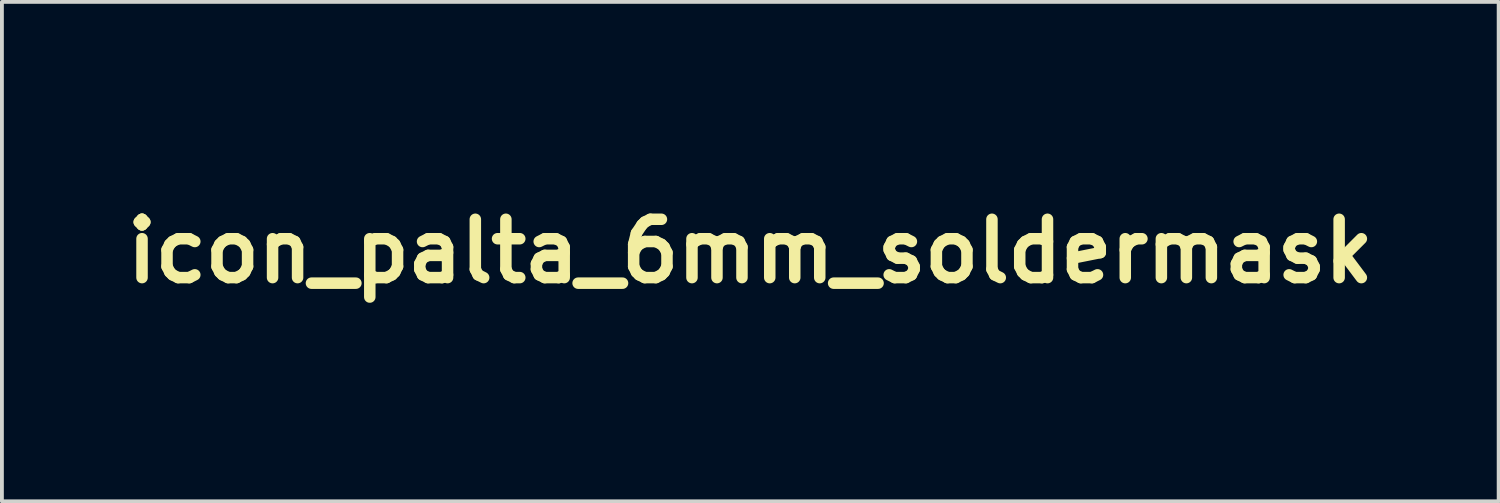
<source format=kicad_pcb>
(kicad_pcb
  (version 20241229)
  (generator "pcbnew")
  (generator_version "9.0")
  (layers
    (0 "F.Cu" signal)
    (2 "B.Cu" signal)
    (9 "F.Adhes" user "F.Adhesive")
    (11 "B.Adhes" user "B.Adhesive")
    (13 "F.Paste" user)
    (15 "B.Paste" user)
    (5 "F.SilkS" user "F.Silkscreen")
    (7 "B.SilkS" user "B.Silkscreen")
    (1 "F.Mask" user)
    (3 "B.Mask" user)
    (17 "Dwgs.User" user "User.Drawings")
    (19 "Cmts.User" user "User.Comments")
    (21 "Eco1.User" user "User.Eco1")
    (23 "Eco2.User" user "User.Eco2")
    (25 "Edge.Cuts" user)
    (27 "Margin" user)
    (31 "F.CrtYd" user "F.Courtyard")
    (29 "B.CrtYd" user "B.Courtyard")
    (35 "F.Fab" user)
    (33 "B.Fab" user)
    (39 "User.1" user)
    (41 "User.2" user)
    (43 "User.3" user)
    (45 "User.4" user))
  (footprint "icon_palta_6mm_soldermask"
    (layer "F.Cu")
    (at 16.554 3.514)
    (property "Reference" "icon_palta_6mm_soldermask" (at 0 0 0) (layer "F.SilkS") (effects (font (size 1.524 1.524) (thickness 0.3))))
    (attr through_hole)
    (fp_poly (pts (xy 1.554 -3.508) (xy 1.617 -3.506) (xy 1.668 -3.502) (xy 1.715 -3.495) (xy 1.765 -3.484) (xy 1.797 -3.475) (xy 1.906 -3.441) (xy 2.02 -3.394) (xy 2.129 -3.34) (xy 2.224 -3.283) (xy 2.241 -3.271) (xy 2.284 -3.237) (xy 2.336 -3.192) (xy 2.388 -3.142) (xy 2.414 -3.116) (xy 2.533 -2.977) (xy 2.628 -2.828) (xy 2.7 -2.668) (xy 2.749 -2.497) (xy 2.775 -2.316) (xy 2.778 -2.272) (xy 2.78 -2.18) (xy 2.777 -2.095) (xy 2.767 -2.011) (xy 2.749 -1.922) (xy 2.723 -1.822) (xy 2.687 -1.705) (xy 2.684 -1.695) (xy 2.594 -1.392) (xy 2.515 -1.078) (xy 2.449 -0.763) (xy 2.399 -0.454) (xy 2.382 -0.324) (xy 2.368 -0.195) (xy 2.357 -0.074) (xy 2.349 0.044) (xy 2.343 0.164) (xy 2.34 0.291) (xy 2.339 0.43) (xy 2.34 0.585) (xy 2.342 0.707) (xy 2.344 0.876) (xy 2.344 1.023) (xy 2.341 1.151) (xy 2.336 1.265) (xy 2.327 1.368) (xy 2.314 1.463) (xy 2.297 1.553) (xy 2.276 1.643) (xy 2.249 1.735) (xy 2.221 1.822) (xy 2.131 2.054) (xy 2.021 2.272) (xy 1.891 2.476) (xy 1.743 2.665) (xy 1.579 2.838) (xy 1.399 2.993) (xy 1.206 3.131) (xy 1.001 3.25) (xy 0.785 3.349) (xy 0.56 3.428) (xy 0.326 3.485) (xy 0.086 3.519) (xy -0.159 3.53) (xy -0.408 3.517) (xy -0.413 3.517) (xy -0.567 3.494) (xy -0.731 3.46) (xy -0.893 3.415) (xy -0.933 3.402) (xy -1.165 3.313) (xy -1.244 3.273) (xy -1.016 3.273) (xy -1.005 3.312) (xy -0.975 3.347) (xy -0.935 3.371) (xy -0.904 3.377) (xy -0.885 3.37) (xy -0.858 3.349) (xy -0.85 3.341) (xy -0.821 3.302) (xy -0.816 3.266) (xy -0.835 3.228) (xy -0.851 3.211) (xy -0.889 3.173) (xy -0.889 2.292) (xy -0.838 2.241) (xy -0.787 2.241) (xy -0.787 2.751) (xy -0.787 2.878) (xy -0.787 2.982) (xy -0.787 3.066) (xy -0.786 3.131) (xy -0.784 3.181) (xy -0.782 3.218) (xy -0.78 3.243) (xy -0.776 3.26) (xy -0.772 3.272) (xy -0.766 3.279) (xy -0.762 3.283) (xy -0.744 3.312) (xy -0.745 3.336) (xy -0.742 3.374) (xy -0.721 3.411) (xy -0.686 3.439) (xy -0.643 3.453) (xy -0.637 3.454) (xy -0.618 3.446) (xy -0.592 3.425) (xy -0.583 3.417) (xy -0.554 3.379) (xy -0.549 3.342) (xy -0.569 3.305) (xy -0.585 3.287) (xy -0.615 3.262) (xy -0.641 3.254) (xy -0.659 3.255) (xy -0.696 3.254) (xy -0.716 3.24) (xy -0.721 3.232) (xy -0.726 3.218) (xy -0.729 3.197) (xy -0.732 3.166) (xy -0.734 3.122) (xy -0.735 3.063) (xy -0.736 2.986) (xy -0.736 2.89) (xy -0.737 2.77) (xy -0.737 2.748) (xy -0.737 2.279) (xy -0.686 2.279) (xy -0.686 2.877) (xy -0.521 3.042) (xy -0.461 3.102) (xy -0.418 3.147) (xy -0.388 3.181) (xy -0.369 3.206) (xy -0.359 3.226) (xy -0.356 3.242) (xy -0.356 3.247) (xy -0.366 3.289) (xy -0.394 3.325) (xy -0.418 3.356) (xy -0.431 3.384) (xy -0.432 3.391) (xy -0.422 3.42) (xy -0.397 3.453) (xy -0.365 3.479) (xy -0.334 3.492) (xy -0.33 3.493) (xy -0.304 3.484) (xy -0.273 3.462) (xy -0.266 3.455) (xy -0.236 3.416) (xy -0.234 3.401) (xy -0.086 3.401) (xy -0.067 3.438) (xy -0.052 3.455) (xy -0.013 3.485) (xy 0.023 3.489) (xy 0.061 3.47) (xy 0.079 3.454) (xy 0.105 3.421) (xy 0.112 3.391) (xy 0.111 3.384) (xy 0.112 3.366) (xy 0.122 3.345) (xy 0.145 3.317) (xy 0.185 3.277) (xy 0.192 3.269) (xy 0.279 3.185) (xy 0.279 3.097) (xy 0.278 3.036) (xy 0.271 2.996) (xy 0.256 2.973) (xy 0.227 2.962) (xy 0.183 2.959) (xy 0.167 2.959) (xy 0.108 2.956) (xy 0.071 2.946) (xy 0.058 2.93) (xy 0.065 2.912) (xy 0.088 2.902) (xy 0.134 2.896) (xy 0.164 2.896) (xy 0.213 2.893) (xy 0.249 2.887) (xy 0.264 2.88) (xy 0.276 2.855) (xy 0.279 2.816) (xy 0.275 2.775) (xy 0.264 2.744) (xy 0.259 2.738) (xy 0.237 2.725) (xy 0.196 2.719) (xy 0.153 2.718) (xy 0.103 2.716) (xy 0.074 2.711) (xy 0.06 2.701) (xy 0.059 2.698) (xy 0.056 2.685) (xy 0.064 2.676) (xy 0.086 2.671) (xy 0.126 2.667) (xy 0.169 2.664) (xy 0.227 2.658) (xy 0.261 2.647) (xy 0.267 2.641) (xy 0.272 2.622) (xy 0.276 2.583) (xy 0.278 2.529) (xy 0.279 2.468) (xy 0.279 2.467) (xy 0.279 2.404) (xy 0.277 2.357) (xy 0.271 2.321) (xy 0.258 2.291) (xy 0.235 2.261) (xy 0.2 2.226) (xy 0.149 2.18) (xy 0.13 2.163) (xy 0.086 2.124) (xy 0.056 2.101) (xy 0.036 2.092) (xy 0.023 2.093) (xy 0.019 2.096) (xy 0.013 2.105) (xy 0.017 2.119) (xy 0.032 2.141) (xy 0.06 2.174) (xy 0.103 2.222) (xy 0.108 2.227) (xy 0.215 2.343) (xy 0.216 2.46) (xy 0.215 2.522) (xy 0.209 2.563) (xy 0.195 2.587) (xy 0.168 2.599) (xy 0.125 2.603) (xy 0.092 2.603) (xy 0.04 2.606) (xy 0.008 2.618) (xy -0.008 2.64) (xy -0.013 2.678) (xy -0.013 2.683) (xy -0.01 2.73) (xy 0.002 2.759) (xy 0.027 2.775) (xy 0.071 2.781) (xy 0.1 2.781) (xy 0.159 2.784) (xy 0.194 2.793) (xy 0.202 2.798) (xy 0.21 2.814) (xy 0.202 2.825) (xy 0.175 2.83) (xy 0.125 2.832) (xy 0.113 2.832) (xy 0.055 2.835) (xy 0.017 2.846) (xy -0.004 2.868) (xy -0.012 2.905) (xy -0.013 2.927) (xy -0.009 2.971) (xy 0.006 3) (xy 0.035 3.016) (xy 0.082 3.022) (xy 0.114 3.023) (xy 0.164 3.024) (xy 0.195 3.031) (xy 0.21 3.049) (xy 0.215 3.081) (xy 0.216 3.11) (xy 0.213 3.136) (xy 0.203 3.16) (xy 0.182 3.188) (xy 0.145 3.227) (xy 0.142 3.23) (xy 0.105 3.266) (xy 0.078 3.287) (xy 0.058 3.296) (xy 0.038 3.296) (xy 0.029 3.294) (xy -0.001 3.292) (xy -0.026 3.303) (xy -0.05 3.325) (xy -0.08 3.364) (xy -0.086 3.401) (xy -0.234 3.401) (xy -0.232 3.38) (xy -0.251 3.342) (xy -0.267 3.325) (xy -0.292 3.295) (xy -0.303 3.263) (xy -0.305 3.228) (xy -0.305 3.206) (xy -0.308 3.188) (xy -0.316 3.17) (xy -0.331 3.148) (xy -0.356 3.119) (xy -0.393 3.081) (xy -0.444 3.029) (xy -0.47 3.004) (xy -0.471 3.003) (xy -0.38 3.003) (xy -0.376 3.03) (xy -0.358 3.045) (xy -0.34 3.046) (xy -0.317 3.035) (xy -0.311 3.01) (xy -0.318 2.984) (xy -0.34 2.974) (xy -0.367 2.98) (xy -0.38 3.003) (xy -0.471 3.003) (xy -0.635 2.839) (xy -0.635 2.507) (xy -0.38 2.507) (xy -0.376 2.535) (xy -0.358 2.549) (xy -0.34 2.55) (xy -0.317 2.539) (xy -0.311 2.515) (xy -0.318 2.488) (xy -0.34 2.479) (xy -0.367 2.485) (xy -0.38 2.507) (xy -0.635 2.507) (xy -0.635 2.317) (xy -0.611 2.293) (xy -0.539 2.293) (xy -0.534 2.304) (xy -0.534 2.304) (xy -0.517 2.321) (xy -0.509 2.324) (xy -0.498 2.316) (xy -0.472 2.293) (xy -0.436 2.258) (xy -0.396 2.219) (xy -0.352 2.173) (xy -0.323 2.143) (xy -0.308 2.122) (xy -0.303 2.109) (xy -0.308 2.099) (xy -0.314 2.092) (xy -0.325 2.084) (xy -0.337 2.083) (xy -0.353 2.092) (xy -0.377 2.112) (xy -0.413 2.146) (xy -0.444 2.178) (xy -0.49 2.224) (xy -0.519 2.257) (xy -0.534 2.278) (xy -0.539 2.293) (xy -0.611 2.293) (xy -0.502 2.185) (xy -0.451 2.133) (xy -0.415 2.096) (xy -0.394 2.071) (xy -0.383 2.054) (xy -0.382 2.042) (xy -0.385 2.036) (xy 0.084 2.036) (xy 0.087 2.05) (xy 0.102 2.073) (xy 0.13 2.106) (xy 0.162 2.142) (xy 0.203 2.187) (xy 0.242 2.229) (xy 0.272 2.26) (xy 0.284 2.272) (xy 0.318 2.303) (xy 0.318 3.224) (xy 0.279 3.262) (xy 0.255 3.292) (xy 0.242 3.321) (xy 0.241 3.327) (xy 0.251 3.357) (xy 0.277 3.389) (xy 0.308 3.416) (xy 0.339 3.429) (xy 0.343 3.429) (xy 0.369 3.42) (xy 0.4 3.399) (xy 0.407 3.392) (xy 0.437 3.354) (xy 0.442 3.318) (xy 0.423 3.28) (xy 0.413 3.266) (xy 0.381 3.228) (xy 0.381 2.277) (xy 0.244 2.142) (xy 0.191 2.09) (xy 0.153 2.054) (xy 0.126 2.032) (xy 0.108 2.022) (xy 0.096 2.021) (xy 0.09 2.025) (xy 0.084 2.036) (xy -0.385 2.036) (xy -0.387 2.032) (xy -0.39 2.029) (xy -0.399 2.021) (xy -0.409 2.019) (xy -0.424 2.025) (xy -0.445 2.042) (xy -0.477 2.072) (xy -0.522 2.116) (xy -0.549 2.142) (xy -0.686 2.279) (xy -0.737 2.279) (xy -0.737 2.279) (xy -0.678 2.222) (xy -0.644 2.187) (xy -0.599 2.141) (xy -0.553 2.091) (xy -0.531 2.067) (xy -0.491 2.022) (xy -0.466 1.991) (xy -0.454 1.97) (xy -0.454 1.957) (xy 0.149 1.957) (xy 0.15 1.967) (xy 0.158 1.982) (xy 0.176 2.005) (xy 0.205 2.037) (xy 0.246 2.08) (xy 0.303 2.138) (xy 0.359 2.194) (xy 0.584 2.42) (xy 0.584 3.173) (xy 0.546 3.211) (xy 0.522 3.241) (xy 0.509 3.27) (xy 0.508 3.277) (xy 0.518 3.306) (xy 0.543 3.338) (xy 0.575 3.365) (xy 0.606 3.378) (xy 0.61 3.378) (xy 0.636 3.37) (xy 0.667 3.348) (xy 0.674 3.341) (xy 0.703 3.303) (xy 0.708 3.267) (xy 0.69 3.229) (xy 0.679 3.215) (xy 0.648 3.178) (xy 0.646 2.779) (xy 0.645 2.381) (xy 0.409 2.155) (xy 0.337 2.086) (xy 0.28 2.033) (xy 0.238 1.994) (xy 0.207 1.968) (xy 0.185 1.952) (xy 0.17 1.945) (xy 0.16 1.945) (xy 0.154 1.949) (xy 0.149 1.957) (xy -0.454 1.957) (xy -0.453 1.956) (xy -0.458 1.949) (xy -0.466 1.943) (xy -0.478 1.946) (xy -0.496 1.958) (xy -0.524 1.981) (xy -0.563 2.018) (xy -0.617 2.071) (xy -0.631 2.085) (xy -0.787 2.241) (xy -0.838 2.241) (xy -0.699 2.102) (xy -0.636 2.039) (xy -0.589 1.991) (xy -0.556 1.956) (xy -0.536 1.932) (xy -0.525 1.915) (xy -0.522 1.903) (xy -0.525 1.897) (xy 0.223 1.897) (xy 0.226 1.911) (xy 0.24 1.932) (xy 0.268 1.962) (xy 0.311 2.007) (xy 0.312 2.007) (xy 0.353 2.048) (xy 0.387 2.08) (xy 0.411 2.102) (xy 0.42 2.108) (xy 0.435 2.1) (xy 0.442 2.092) (xy 0.444 2.08) (xy 0.434 2.061) (xy 0.41 2.031) (xy 0.369 1.988) (xy 0.351 1.97) (xy 0.305 1.926) (xy 0.274 1.897) (xy 0.253 1.882) (xy 0.24 1.878) (xy 0.231 1.884) (xy 0.229 1.886) (xy 0.223 1.897) (xy -0.525 1.897) (xy -0.526 1.894) (xy -0.53 1.889) (xy -0.538 1.882) (xy -0.547 1.88) (xy -0.56 1.886) (xy -0.579 1.9) (xy -0.607 1.924) (xy -0.647 1.962) (xy -0.7 2.015) (xy -0.745 2.06) (xy -0.94 2.254) (xy -0.94 3.173) (xy -0.978 3.211) (xy -1.002 3.24) (xy -1.015 3.267) (xy -1.016 3.273) (xy -1.244 3.273) (xy -1.382 3.203) (xy -1.466 3.15) (xy -1.283 3.15) (xy -1.273 3.179) (xy -1.247 3.211) (xy -1.216 3.238) (xy -1.185 3.251) (xy -1.181 3.251) (xy -1.155 3.243) (xy -1.124 3.221) (xy -1.117 3.214) (xy -1.087 3.175) (xy -1.083 3.139) (xy -1.102 3.101) (xy -1.118 3.084) (xy -1.156 3.046) (xy -1.156 2.419) (xy -0.958 2.222) (xy -0.893 2.157) (xy -0.828 2.091) (xy -0.767 2.029) (xy -0.715 1.974) (xy -0.675 1.932) (xy -0.671 1.927) (xy -0.631 1.882) (xy -0.606 1.851) (xy -0.594 1.831) (xy -0.593 1.82) (xy 0.286 1.82) (xy 0.288 1.833) (xy 0.301 1.851) (xy 0.326 1.88) (xy 0.366 1.922) (xy 0.381 1.937) (xy 0.427 1.982) (xy 0.459 2.012) (xy 0.48 2.028) (xy 0.494 2.032) (xy 0.505 2.028) (xy 0.507 2.025) (xy 0.514 2.016) (xy 0.512 2.003) (xy 0.5 1.984) (xy 0.474 1.955) (xy 0.434 1.913) (xy 0.419 1.899) (xy 0.373 1.853) (xy 0.341 1.824) (xy 0.32 1.808) (xy 0.306 1.803) (xy 0.296 1.807) (xy 0.293 1.81) (xy 0.286 1.82) (xy -0.593 1.82) (xy -0.593 1.817) (xy -0.598 1.809) (xy -0.604 1.805) (xy -0.615 1.808) (xy -0.631 1.818) (xy -0.655 1.837) (xy -0.689 1.867) (xy -0.733 1.91) (xy -0.792 1.967) (xy -0.865 2.039) (xy -0.91 2.085) (xy -1.206 2.381) (xy -1.206 3.046) (xy -1.245 3.084) (xy -1.269 3.114) (xy -1.282 3.143) (xy -1.283 3.15) (xy -1.466 3.15) (xy -1.586 3.074) (xy -1.635 3.035) (xy -1.511 3.035) (xy -1.501 3.065) (xy -1.476 3.097) (xy -1.444 3.124) (xy -1.414 3.137) (xy -1.41 3.137) (xy -1.384 3.128) (xy -1.353 3.107) (xy -1.345 3.1) (xy -1.316 3.061) (xy -1.311 3.025) (xy -1.331 2.987) (xy -1.346 2.97) (xy -1.384 2.932) (xy -1.384 2.508) (xy -1.11 2.235) (xy -1.037 2.161) (xy -0.964 2.088) (xy -0.896 2.019) (xy -0.836 1.957) (xy -0.786 1.905) (xy -0.751 1.868) (xy -0.747 1.864) (xy -0.707 1.818) (xy -0.682 1.787) (xy -0.67 1.767) (xy -0.669 1.753) (xy -0.67 1.753) (xy 0.365 1.753) (xy 0.366 1.763) (xy 0.374 1.777) (xy 0.39 1.799) (xy 0.416 1.829) (xy 0.455 1.87) (xy 0.508 1.924) (xy 0.577 1.993) (xy 0.607 2.023) (xy 0.864 2.28) (xy 0.864 3.046) (xy 0.826 3.084) (xy 0.801 3.114) (xy 0.788 3.143) (xy 0.787 3.15) (xy 0.798 3.179) (xy 0.823 3.211) (xy 0.854 3.238) (xy 0.885 3.251) (xy 0.889 3.251) (xy 0.915 3.243) (xy 0.946 3.221) (xy 0.953 3.214) (xy 0.983 3.176) (xy 0.988 3.14) (xy 0.969 3.102) (xy 0.959 3.088) (xy 0.927 3.051) (xy 0.926 2.646) (xy 0.924 2.242) (xy 0.657 1.984) (xy 0.58 1.909) (xy 0.518 1.851) (xy 0.471 1.807) (xy 0.436 1.776) (xy 0.41 1.755) (xy 0.393 1.744) (xy 0.381 1.741) (xy 0.373 1.743) (xy 0.37 1.746) (xy 0.365 1.753) (xy -0.67 1.753) (xy -0.674 1.745) (xy -0.68 1.742) (xy -0.69 1.745) (xy -0.706 1.755) (xy -0.728 1.773) (xy -0.76 1.801) (xy -0.803 1.841) (xy -0.857 1.894) (xy -0.925 1.961) (xy -1.008 2.043) (xy -1.063 2.098) (xy -1.435 2.47) (xy -1.435 2.932) (xy -1.473 2.97) (xy -1.497 3) (xy -1.51 3.029) (xy -1.511 3.035) (xy -1.635 3.035) (xy -1.774 2.927) (xy -1.834 2.87) (xy -1.74 2.87) (xy -1.73 2.9) (xy -1.705 2.932) (xy -1.673 2.959) (xy -1.642 2.972) (xy -1.638 2.972) (xy -1.612 2.963) (xy -1.581 2.942) (xy -1.574 2.935) (xy -1.545 2.896) (xy -1.54 2.859) (xy -1.559 2.822) (xy -1.575 2.805) (xy -1.595 2.783) (xy -1.606 2.761) (xy -1.611 2.733) (xy -1.613 2.689) (xy -1.613 2.674) (xy -1.613 2.582) (xy -1.22 2.194) (xy -1.112 2.086) (xy -1.021 1.996) (xy -0.944 1.92) (xy -0.882 1.858) (xy -0.833 1.808) (xy -0.795 1.768) (xy -0.767 1.738) (xy -0.748 1.716) (xy -0.737 1.7) (xy -0.731 1.688) (xy -0.731 1.681) (xy -0.733 1.675) (xy 0.43 1.675) (xy 0.43 1.684) (xy 0.436 1.697) (xy 0.45 1.716) (xy 0.473 1.743) (xy 0.506 1.779) (xy 0.552 1.827) (xy 0.611 1.887) (xy 0.686 1.963) (xy 0.753 2.029) (xy 1.092 2.369) (xy 1.092 2.906) (xy 1.054 2.944) (xy 1.03 2.975) (xy 1.017 3.003) (xy 1.016 3.01) (xy 1.026 3.039) (xy 1.051 3.072) (xy 1.083 3.098) (xy 1.114 3.111) (xy 1.118 3.111) (xy 1.144 3.103) (xy 1.175 3.081) (xy 1.182 3.074) (xy 1.211 3.036) (xy 1.216 3.001) (xy 1.198 2.962) (xy 1.187 2.949) (xy 1.177 2.936) (xy 1.17 2.923) (xy 1.164 2.907) (xy 1.16 2.883) (xy 1.157 2.849) (xy 1.156 2.801) (xy 1.155 2.735) (xy 1.154 2.649) (xy 1.154 2.621) (xy 1.153 2.33) (xy 0.803 1.99) (xy 0.714 1.903) (xy 0.641 1.832) (xy 0.583 1.776) (xy 0.537 1.733) (xy 0.503 1.703) (xy 0.477 1.682) (xy 0.459 1.67) (xy 0.447 1.665) (xy 0.439 1.665) (xy 0.434 1.669) (xy 0.43 1.675) (xy -0.733 1.675) (xy -0.734 1.675) (xy -0.738 1.67) (xy -0.744 1.668) (xy -0.754 1.672) (xy -0.77 1.682) (xy -0.794 1.701) (xy -0.826 1.729) (xy -0.868 1.768) (xy -0.922 1.82) (xy -0.988 1.884) (xy -1.069 1.964) (xy -1.166 2.06) (xy -1.21 2.103) (xy -1.664 2.553) (xy -1.664 2.66) (xy -1.664 2.713) (xy -1.667 2.747) (xy -1.674 2.771) (xy -1.687 2.79) (xy -1.702 2.805) (xy -1.726 2.835) (xy -1.739 2.864) (xy -1.74 2.87) (xy -1.834 2.87) (xy -1.946 2.764) (xy -2.008 2.693) (xy -1.93 2.693) (xy -1.92 2.722) (xy -1.895 2.754) (xy -1.863 2.781) (xy -1.833 2.794) (xy -1.829 2.794) (xy -1.803 2.785) (xy -1.772 2.764) (xy -1.764 2.757) (xy -1.735 2.719) (xy -1.729 2.684) (xy -1.746 2.646) (xy -1.748 2.643) (xy -1.752 2.636) (xy -1.754 2.628) (xy -1.753 2.619) (xy -1.746 2.605) (xy -1.732 2.587) (xy -1.711 2.561) (xy -1.68 2.528) (xy -1.638 2.484) (xy -1.584 2.428) (xy -1.516 2.36) (xy -1.434 2.276) (xy -1.334 2.176) (xy -1.332 2.173) (xy -1.22 2.061) (xy -1.125 1.965) (xy -1.045 1.885) (xy -0.98 1.818) (xy -0.927 1.764) (xy -0.885 1.721) (xy -0.854 1.687) (xy -0.831 1.662) (xy -0.817 1.644) (xy -0.808 1.631) (xy -0.805 1.622) (xy -0.805 1.617) (xy 0.506 1.617) (xy 0.51 1.628) (xy 0.52 1.643) (xy 0.537 1.665) (xy 0.563 1.694) (xy 0.6 1.733) (xy 0.648 1.783) (xy 0.709 1.845) (xy 0.785 1.921) (xy 0.876 2.013) (xy 0.931 2.067) (xy 1.372 2.508) (xy 1.372 2.612) (xy 1.371 2.664) (xy 1.368 2.698) (xy 1.36 2.721) (xy 1.347 2.74) (xy 1.333 2.754) (xy 1.309 2.784) (xy 1.296 2.813) (xy 1.295 2.819) (xy 1.306 2.849) (xy 1.331 2.881) (xy 1.362 2.908) (xy 1.393 2.921) (xy 1.397 2.921) (xy 1.423 2.912) (xy 1.454 2.891) (xy 1.461 2.884) (xy 1.491 2.846) (xy 1.496 2.81) (xy 1.477 2.772) (xy 1.467 2.758) (xy 1.452 2.738) (xy 1.443 2.717) (xy 1.437 2.688) (xy 1.434 2.645) (xy 1.433 2.595) (xy 1.431 2.47) (xy 0.982 2.026) (xy 0.881 1.925) (xy 0.796 1.841) (xy 0.725 1.773) (xy 0.668 1.718) (xy 0.623 1.675) (xy 0.589 1.643) (xy 0.562 1.621) (xy 0.544 1.607) (xy 0.53 1.6) (xy 0.521 1.599) (xy 0.515 1.601) (xy 0.512 1.604) (xy 0.507 1.61) (xy 0.506 1.617) (xy -0.805 1.617) (xy -0.806 1.616) (xy -0.809 1.611) (xy -0.813 1.606) (xy -0.813 1.606) (xy -0.818 1.604) (xy -0.827 1.606) (xy -0.841 1.614) (xy -0.861 1.629) (xy -0.889 1.653) (xy -0.926 1.687) (xy -0.973 1.731) (xy -1.033 1.788) (xy -1.105 1.859) (xy -1.193 1.945) (xy -1.296 2.047) (xy -1.345 2.096) (xy -1.441 2.19) (xy -1.532 2.28) (xy -1.617 2.364) (xy -1.694 2.44) (xy -1.761 2.505) (xy -1.817 2.56) (xy -1.859 2.601) (xy -1.886 2.627) (xy -1.895 2.635) (xy -1.919 2.663) (xy -1.93 2.69) (xy -1.93 2.693) (xy -2.008 2.693) (xy -2.1 2.587) (xy -2.18 2.477) (xy -2.108 2.477) (xy -2.098 2.506) (xy -2.073 2.538) (xy -2.041 2.565) (xy -2.011 2.578) (xy -2.007 2.578) (xy -1.981 2.569) (xy -1.95 2.548) (xy -1.941 2.54) (xy -1.908 2.513) (xy -1.871 2.503) (xy -1.849 2.502) (xy -1.795 2.502) (xy -1.329 2.033) (xy -1.24 1.943) (xy -1.156 1.857) (xy -1.079 1.779) (xy -1.012 1.71) (xy -0.955 1.651) (xy -0.91 1.604) (xy -0.88 1.571) (xy -0.865 1.554) (xy -0.864 1.552) (xy -0.872 1.534) (xy -0.88 1.526) (xy -0.888 1.527) (xy -0.904 1.537) (xy -0.929 1.557) (xy -0.965 1.589) (xy -1.012 1.633) (xy -1.072 1.691) (xy -1.147 1.764) (xy -1.236 1.852) (xy -1.341 1.957) (xy -1.366 1.982) (xy -1.474 2.089) (xy -1.565 2.18) (xy -1.641 2.256) (xy -1.704 2.317) (xy -1.756 2.365) (xy -1.797 2.401) (xy -1.83 2.426) (xy -1.856 2.442) (xy -1.877 2.449) (xy -1.893 2.449) (xy -1.908 2.443) (xy -1.922 2.432) (xy -1.937 2.417) (xy -1.941 2.413) (xy -1.971 2.389) (xy -2 2.376) (xy -2.007 2.375) (xy -2.036 2.385) (xy -2.068 2.41) (xy -2.095 2.442) (xy -2.108 2.472) (xy -2.108 2.477) (xy -2.18 2.477) (xy -2.238 2.396) (xy -2.317 2.261) (xy -2.273 2.261) (xy -2.263 2.29) (xy -2.238 2.322) (xy -2.206 2.349) (xy -2.176 2.362) (xy -2.172 2.362) (xy -2.146 2.354) (xy -2.115 2.332) (xy -2.106 2.324) (xy -2.068 2.286) (xy -1.894 2.285) (xy -1.721 2.284) (xy -1.328 1.884) (xy -1.234 1.788) (xy -1.156 1.709) (xy -1.093 1.644) (xy -1.044 1.592) (xy -1.007 1.552) (xy -0.98 1.521) (xy -0.977 1.517) (xy -0.38 1.517) (xy -0.376 1.544) (xy -0.358 1.559) (xy -0.34 1.56) (xy -0.317 1.549) (xy -0.311 1.524) (xy -0.313 1.517) (xy 0.116 1.517) (xy 0.119 1.544) (xy 0.137 1.559) (xy 0.156 1.56) (xy 0.178 1.549) (xy 0.18 1.54) (xy 0.566 1.54) (xy 0.568 1.553) (xy 0.58 1.572) (xy 0.605 1.601) (xy 0.646 1.643) (xy 0.66 1.657) (xy 0.706 1.703) (xy 0.738 1.732) (xy 0.76 1.748) (xy 0.774 1.753) (xy 0.784 1.749) (xy 0.787 1.746) (xy 0.793 1.736) (xy 0.791 1.723) (xy 0.779 1.705) (xy 0.754 1.676) (xy 0.713 1.634) (xy 0.699 1.619) (xy 0.653 1.574) (xy 0.621 1.544) (xy 0.599 1.528) (xy 0.585 1.524) (xy 0.575 1.528) (xy 0.572 1.531) (xy 0.566 1.54) (xy 0.18 1.54) (xy 0.184 1.524) (xy 0.177 1.498) (xy 0.156 1.488) (xy 0.128 1.494) (xy 0.116 1.517) (xy -0.313 1.517) (xy -0.318 1.498) (xy -0.34 1.488) (xy -0.367 1.494) (xy -0.38 1.517) (xy -0.977 1.517) (xy -0.963 1.499) (xy -0.954 1.484) (xy -0.953 1.478) (xy 0.647 1.478) (xy 0.652 1.49) (xy 0.664 1.507) (xy 0.683 1.53) (xy 0.712 1.562) (xy 0.751 1.604) (xy 0.802 1.657) (xy 0.867 1.722) (xy 0.946 1.802) (xy 1.042 1.898) (xy 1.08 1.937) (xy 1.53 2.387) (xy 1.544 2.467) (xy 1.551 2.511) (xy 1.551 2.539) (xy 1.544 2.56) (xy 1.529 2.581) (xy 1.528 2.582) (xy 1.508 2.613) (xy 1.499 2.641) (xy 1.499 2.644) (xy 1.509 2.672) (xy 1.534 2.703) (xy 1.565 2.729) (xy 1.595 2.743) (xy 1.6 2.743) (xy 1.626 2.735) (xy 1.657 2.713) (xy 1.665 2.706) (xy 1.694 2.667) (xy 1.699 2.63) (xy 1.679 2.593) (xy 1.665 2.577) (xy 1.642 2.549) (xy 1.627 2.515) (xy 1.616 2.467) (xy 1.614 2.452) (xy 1.6 2.363) (xy 1.236 1.993) (xy 1.152 1.909) (xy 1.07 1.827) (xy 0.993 1.749) (xy 0.922 1.679) (xy 0.861 1.619) (xy 0.811 1.571) (xy 0.777 1.538) (xy 0.771 1.534) (xy 0.727 1.494) (xy 0.696 1.469) (xy 0.677 1.457) (xy 0.664 1.456) (xy 0.653 1.462) (xy 0.651 1.465) (xy 0.647 1.47) (xy 0.647 1.478) (xy -0.953 1.478) (xy -0.951 1.474) (xy -0.953 1.467) (xy -0.955 1.465) (xy -0.961 1.462) (xy -0.97 1.463) (xy -0.983 1.47) (xy -1.003 1.485) (xy -1.03 1.509) (xy -1.067 1.543) (xy -1.115 1.589) (xy -1.175 1.649) (xy -1.249 1.723) (xy -1.339 1.813) (xy -1.366 1.84) (xy -1.757 2.235) (xy -2.068 2.235) (xy -2.106 2.197) (xy -2.137 2.173) (xy -2.165 2.16) (xy -2.172 2.159) (xy -2.201 2.169) (xy -2.233 2.194) (xy -2.26 2.226) (xy -2.273 2.257) (xy -2.273 2.261) (xy -2.317 2.261) (xy -2.356 2.194) (xy -2.456 1.981) (xy -2.46 1.968) (xy -2.426 1.968) (xy -2.416 1.998) (xy -2.39 2.03) (xy -2.359 2.057) (xy -2.328 2.07) (xy -2.324 2.07) (xy -2.298 2.061) (xy -2.267 2.04) (xy -2.259 2.032) (xy -2.221 1.994) (xy -1.568 1.994) (xy -1.333 1.756) (xy -1.247 1.668) (xy -1.177 1.597) (xy -1.121 1.54) (xy -1.079 1.496) (xy -1.048 1.463) (xy -1.028 1.439) (xy -1.015 1.422) (xy -1.009 1.41) (xy -1.009 1.407) (xy 0.716 1.407) (xy 0.719 1.417) (xy 0.729 1.432) (xy 0.745 1.453) (xy 0.771 1.482) (xy 0.805 1.519) (xy 0.852 1.567) (xy 0.91 1.627) (xy 0.983 1.7) (xy 1.071 1.788) (xy 1.175 1.892) (xy 1.182 1.899) (xy 1.287 2.004) (xy 1.376 2.093) (xy 1.449 2.167) (xy 1.509 2.228) (xy 1.556 2.277) (xy 1.592 2.316) (xy 1.619 2.346) (xy 1.637 2.369) (xy 1.649 2.386) (xy 1.655 2.399) (xy 1.657 2.409) (xy 1.657 2.419) (xy 1.656 2.422) (xy 1.654 2.453) (xy 1.666 2.478) (xy 1.687 2.502) (xy 1.726 2.532) (xy 1.763 2.537) (xy 1.8 2.518) (xy 1.817 2.503) (xy 1.841 2.473) (xy 1.854 2.444) (xy 1.854 2.438) (xy 1.844 2.407) (xy 1.818 2.375) (xy 1.785 2.35) (xy 1.752 2.339) (xy 1.746 2.339) (xy 1.737 2.338) (xy 1.724 2.331) (xy 1.705 2.317) (xy 1.678 2.296) (xy 1.644 2.265) (xy 1.599 2.223) (xy 1.543 2.169) (xy 1.475 2.102) (xy 1.392 2.02) (xy 1.294 1.922) (xy 1.228 1.857) (xy 1.122 1.751) (xy 1.033 1.662) (xy 0.958 1.588) (xy 0.897 1.528) (xy 0.849 1.481) (xy 0.81 1.445) (xy 0.781 1.419) (xy 0.76 1.402) (xy 0.744 1.392) (xy 0.734 1.388) (xy 0.727 1.389) (xy 0.721 1.393) (xy 0.721 1.394) (xy 0.717 1.4) (xy 0.716 1.407) (xy -1.009 1.407) (xy -1.009 1.402) (xy -1.012 1.395) (xy -1.016 1.39) (xy -1.023 1.386) (xy -1.033 1.388) (xy -1.048 1.397) (xy -1.071 1.415) (xy -1.102 1.443) (xy -1.145 1.484) (xy -1.201 1.538) (xy -1.272 1.609) (xy -1.32 1.657) (xy -1.607 1.943) (xy -2.221 1.943) (xy -2.259 1.905) (xy -2.289 1.881) (xy -2.318 1.868) (xy -2.324 1.867) (xy -2.354 1.877) (xy -2.386 1.902) (xy -2.412 1.934) (xy -2.425 1.964) (xy -2.426 1.968) (xy -2.46 1.968) (xy -2.535 1.759) (xy -2.549 1.702) (xy -2.502 1.702) (xy -2.492 1.731) (xy -2.467 1.763) (xy -2.435 1.79) (xy -2.404 1.803) (xy -2.4 1.803) (xy -2.374 1.795) (xy -2.343 1.773) (xy -2.335 1.765) (xy -2.297 1.727) (xy -1.454 1.727) (xy -1.264 1.537) (xy -1.201 1.473) (xy -1.154 1.425) (xy -1.121 1.39) (xy -1.1 1.365) (xy -1.09 1.348) (xy -1.088 1.336) (xy -1.091 1.33) (xy 0.787 1.33) (xy 0.788 1.338) (xy 0.794 1.351) (xy 0.806 1.368) (xy 0.827 1.393) (xy 0.857 1.426) (xy 0.899 1.469) (xy 0.952 1.523) (xy 1.019 1.59) (xy 1.102 1.672) (xy 1.201 1.77) (xy 1.22 1.79) (xy 1.67 2.234) (xy 1.744 2.235) (xy 1.793 2.237) (xy 1.826 2.247) (xy 1.855 2.265) (xy 1.857 2.267) (xy 1.897 2.293) (xy 1.933 2.295) (xy 1.97 2.273) (xy 1.982 2.262) (xy 2.006 2.231) (xy 2.019 2.203) (xy 2.019 2.197) (xy 2.009 2.168) (xy 1.984 2.135) (xy 1.952 2.109) (xy 1.922 2.096) (xy 1.918 2.095) (xy 1.892 2.104) (xy 1.861 2.126) (xy 1.852 2.134) (xy 1.822 2.159) (xy 1.79 2.17) (xy 1.755 2.172) (xy 1.695 2.172) (xy 1.352 1.828) (xy 1.271 1.747) (xy 1.191 1.667) (xy 1.115 1.592) (xy 1.047 1.525) (xy 0.987 1.467) (xy 0.941 1.423) (xy 0.911 1.394) (xy 0.866 1.354) (xy 0.836 1.33) (xy 0.816 1.318) (xy 0.803 1.316) (xy 0.792 1.323) (xy 0.791 1.325) (xy 0.787 1.33) (xy -1.091 1.33) (xy -1.092 1.328) (xy -1.093 1.327) (xy -1.101 1.322) (xy -1.112 1.322) (xy -1.129 1.331) (xy -1.153 1.35) (xy -1.187 1.38) (xy -1.234 1.424) (xy -1.296 1.484) (xy -1.305 1.492) (xy -1.496 1.676) (xy -2.297 1.676) (xy -2.335 1.638) (xy -2.365 1.614) (xy -2.394 1.601) (xy -2.4 1.6) (xy -2.43 1.61) (xy -2.462 1.635) (xy -2.489 1.667) (xy -2.502 1.698) (xy -2.502 1.702) (xy -2.549 1.702) (xy -2.593 1.53) (xy -2.606 1.441) (xy -2.581 1.441) (xy -2.57 1.48) (xy -2.545 1.512) (xy -2.508 1.53) (xy -2.469 1.531) (xy -2.438 1.529) (xy -2.42 1.536) (xy -2.42 1.536) (xy -2.404 1.54) (xy -2.364 1.543) (xy -2.299 1.546) (xy -2.209 1.548) (xy -2.095 1.549) (xy -1.957 1.549) (xy -1.915 1.549) (xy -1.418 1.549) (xy -1.329 1.464) (xy -1.264 1.4) (xy -1.215 1.352) (xy -1.182 1.315) (xy -1.161 1.289) (xy -1.152 1.27) (xy -1.152 1.269) (xy 0.855 1.269) (xy 0.859 1.28) (xy 0.87 1.297) (xy 0.89 1.321) (xy 0.919 1.353) (xy 0.96 1.396) (xy 1.013 1.45) (xy 1.081 1.519) (xy 1.165 1.604) (xy 1.191 1.629) (xy 1.542 1.981) (xy 1.738 1.981) (xy 1.812 1.981) (xy 1.866 1.982) (xy 1.903 1.985) (xy 1.929 1.989) (xy 1.947 1.995) (xy 1.962 2.005) (xy 1.971 2.013) (xy 2.011 2.039) (xy 2.047 2.041) (xy 2.084 2.019) (xy 2.096 2.008) (xy 2.12 1.977) (xy 2.133 1.949) (xy 2.134 1.943) (xy 2.123 1.914) (xy 2.098 1.881) (xy 2.067 1.855) (xy 2.036 1.842) (xy 2.032 1.841) (xy 2.006 1.85) (xy 1.975 1.872) (xy 1.967 1.88) (xy 1.928 1.918) (xy 1.569 1.918) (xy 1.225 1.574) (xy 1.137 1.487) (xy 1.066 1.416) (xy 1.008 1.359) (xy 0.964 1.317) (xy 0.93 1.286) (xy 0.905 1.265) (xy 0.888 1.253) (xy 0.876 1.248) (xy 0.868 1.248) (xy 0.861 1.253) (xy 0.86 1.254) (xy 0.856 1.261) (xy 0.855 1.269) (xy -1.152 1.269) (xy -1.152 1.257) (xy -1.156 1.25) (xy -1.164 1.245) (xy -1.177 1.247) (xy -1.196 1.26) (xy -1.225 1.285) (xy -1.267 1.324) (xy -1.308 1.365) (xy -1.444 1.499) (xy -1.902 1.499) (xy -2.008 1.498) (xy -2.107 1.498) (xy -2.194 1.497) (xy -2.269 1.496) (xy -2.326 1.494) (xy -2.364 1.493) (xy -2.38 1.491) (xy -2.393 1.476) (xy -2.392 1.447) (xy -2.391 1.418) (xy -2.405 1.392) (xy -2.423 1.372) (xy -2.462 1.342) (xy -2.498 1.336) (xy -2.535 1.353) (xy -2.548 1.363) (xy -2.574 1.4) (xy -2.581 1.441) (xy -2.606 1.441) (xy -2.629 1.295) (xy -2.637 1.141) (xy -2.6 1.141) (xy -2.581 1.178) (xy -2.565 1.196) (xy -2.535 1.221) (xy -2.509 1.229) (xy -2.489 1.227) (xy -2.473 1.226) (xy -2.456 1.23) (xy -2.436 1.244) (xy -2.409 1.269) (xy -2.371 1.308) (xy -2.341 1.34) (xy -2.229 1.459) (xy -1.846 1.46) (xy -1.462 1.46) (xy -1.335 1.33) (xy -1.286 1.279) (xy -1.252 1.243) (xy -1.231 1.218) (xy -1.222 1.202) (xy 0.923 1.202) (xy 0.929 1.215) (xy 0.943 1.234) (xy 0.967 1.261) (xy 1.003 1.298) (xy 1.052 1.347) (xy 1.117 1.41) (xy 1.162 1.454) (xy 1.416 1.701) (xy 1.725 1.701) (xy 2.035 1.702) (xy 2.072 1.734) (xy 2.113 1.759) (xy 2.149 1.762) (xy 2.186 1.74) (xy 2.198 1.728) (xy 2.222 1.698) (xy 2.235 1.67) (xy 2.235 1.664) (xy 2.225 1.634) (xy 2.2 1.602) (xy 2.168 1.575) (xy 2.138 1.562) (xy 2.134 1.562) (xy 2.108 1.571) (xy 2.077 1.592) (xy 2.068 1.6) (xy 2.03 1.638) (xy 1.441 1.638) (xy 1.295 1.491) (xy 1.236 1.432) (xy 1.174 1.371) (xy 1.114 1.314) (xy 1.064 1.267) (xy 1.05 1.254) (xy 1.006 1.215) (xy 0.976 1.19) (xy 0.956 1.178) (xy 0.943 1.176) (xy 0.933 1.183) (xy 0.93 1.186) (xy 0.924 1.193) (xy 0.923 1.202) (xy -1.222 1.202) (xy -1.222 1.201) (xy -1.221 1.189) (xy -1.227 1.179) (xy -1.23 1.177) (xy -1.239 1.168) (xy -1.249 1.166) (xy -1.263 1.173) (xy -1.285 1.191) (xy -1.317 1.222) (xy -1.363 1.269) (xy -1.375 1.281) (xy -1.498 1.41) (xy -2.191 1.41) (xy -2.302 1.298) (xy -2.349 1.251) (xy -2.38 1.217) (xy -2.398 1.193) (xy -2.406 1.175) (xy -2.407 1.158) (xy -2.405 1.146) (xy -2.403 1.116) (xy -2.414 1.091) (xy -2.436 1.067) (xy -2.475 1.037) (xy -2.512 1.032) (xy -2.549 1.05) (xy -2.566 1.066) (xy -2.596 1.105) (xy -2.6 1.141) (xy -2.637 1.141) (xy -2.642 1.056) (xy -2.635 0.887) (xy -2.6 0.887) (xy -2.581 0.924) (xy -2.565 0.942) (xy -2.534 0.968) (xy -2.508 0.976) (xy -2.491 0.974) (xy -2.478 0.973) (xy -2.464 0.977) (xy -2.445 0.988) (xy -2.42 1.008) (xy -2.386 1.038) (xy -2.34 1.083) (xy -2.281 1.142) (xy -2.253 1.169) (xy -2.051 1.372) (xy -1.52 1.372) (xy -1.45 1.305) (xy -1.386 1.244) (xy -1.341 1.198) (xy -1.311 1.163) (xy -1.295 1.138) (xy -1.295 1.136) (xy 0.991 1.136) (xy 0.999 1.151) (xy 1.017 1.173) (xy 1.047 1.206) (xy 1.093 1.251) (xy 1.123 1.281) (xy 1.268 1.422) (xy 2.098 1.422) (xy 2.136 1.454) (xy 2.176 1.48) (xy 2.211 1.483) (xy 2.247 1.463) (xy 2.253 1.457) (xy 2.286 1.417) (xy 2.294 1.377) (xy 2.277 1.337) (xy 2.263 1.321) (xy 2.224 1.291) (xy 2.187 1.286) (xy 2.15 1.304) (xy 2.132 1.321) (xy 2.094 1.359) (xy 1.305 1.359) (xy 1.162 1.226) (xy 1.108 1.175) (xy 1.068 1.14) (xy 1.042 1.118) (xy 1.024 1.108) (xy 1.012 1.106) (xy 1.003 1.112) (xy 0.999 1.116) (xy 0.992 1.125) (xy 0.991 1.136) (xy -1.295 1.136) (xy -1.291 1.121) (xy -1.296 1.111) (xy -1.305 1.105) (xy -1.317 1.107) (xy -1.337 1.121) (xy -1.367 1.147) (xy -1.411 1.188) (xy -1.429 1.206) (xy -1.546 1.321) (xy -2.013 1.321) (xy -2.104 1.23) (xy -1.588 1.23) (xy -1.584 1.241) (xy -1.578 1.248) (xy -1.568 1.257) (xy -1.558 1.259) (xy -1.542 1.251) (xy -1.519 1.231) (xy -1.484 1.197) (xy -1.452 1.166) (xy -1.407 1.121) (xy -1.379 1.091) (xy -1.363 1.07) (xy -1.362 1.066) (xy 1.062 1.066) (xy 1.07 1.082) (xy 1.089 1.105) (xy 1.121 1.139) (xy 1.168 1.187) (xy 1.181 1.2) (xy 1.314 1.333) (xy 1.953 1.333) (xy 2.046 1.238) (xy 2.088 1.196) (xy 2.117 1.169) (xy 2.137 1.155) (xy 2.153 1.151) (xy 2.169 1.154) (xy 2.181 1.158) (xy 2.212 1.167) (xy 2.237 1.161) (xy 2.257 1.148) (xy 2.295 1.109) (xy 2.308 1.069) (xy 2.296 1.028) (xy 2.29 1.019) (xy 2.251 0.983) (xy 2.209 0.971) (xy 2.167 0.981) (xy 2.132 1.013) (xy 2.117 1.041) (xy 2.102 1.065) (xy 2.073 1.101) (xy 2.036 1.144) (xy 2.01 1.173) (xy 1.918 1.27) (xy 1.629 1.27) (xy 1.535 1.27) (xy 1.464 1.269) (xy 1.412 1.268) (xy 1.375 1.266) (xy 1.351 1.262) (xy 1.337 1.258) (xy 1.328 1.251) (xy 1.325 1.247) (xy 1.311 1.23) (xy 1.281 1.2) (xy 1.242 1.162) (xy 1.201 1.124) (xy 1.154 1.082) (xy 1.121 1.055) (xy 1.1 1.04) (xy 1.602 1.04) (xy 1.618 1.061) (xy 1.641 1.065) (xy 1.664 1.054) (xy 1.67 1.029) (xy 1.663 1.003) (xy 1.641 0.993) (xy 1.615 0.997) (xy 1.605 1.009) (xy 1.602 1.04) (xy 1.1 1.04) (xy 1.1 1.04) (xy 1.086 1.036) (xy 1.075 1.041) (xy 1.07 1.046) (xy 1.063 1.055) (xy 1.062 1.066) (xy -1.362 1.066) (xy -1.358 1.056) (xy -1.362 1.045) (xy -1.368 1.038) (xy -1.378 1.029) (xy -1.389 1.027) (xy -1.404 1.035) (xy -1.428 1.055) (xy -1.463 1.089) (xy -1.494 1.12) (xy -1.539 1.165) (xy -1.568 1.195) (xy -1.583 1.216) (xy -1.588 1.23) (xy -2.104 1.23) (xy -2.212 1.122) (xy -2.277 1.056) (xy -2.311 1.021) (xy -1.866 1.021) (xy -1.862 1.049) (xy -1.844 1.064) (xy -1.826 1.065) (xy -1.803 1.054) (xy -1.797 1.029) (xy -1.799 1.021) (xy -0.875 1.021) (xy -0.871 1.049) (xy -0.854 1.064) (xy -0.835 1.065) (xy -0.812 1.054) (xy -0.806 1.029) (xy -0.808 1.021) (xy -0.38 1.021) (xy -0.376 1.049) (xy -0.358 1.064) (xy -0.34 1.065) (xy -0.317 1.054) (xy -0.311 1.029) (xy -0.313 1.021) (xy 0.116 1.021) (xy 0.119 1.049) (xy 0.137 1.064) (xy 0.156 1.065) (xy 0.178 1.054) (xy 0.181 1.04) (xy 0.612 1.04) (xy 0.627 1.061) (xy 0.651 1.065) (xy 0.674 1.054) (xy 0.679 1.029) (xy 0.672 1.003) (xy 0.651 0.993) (xy 0.624 0.997) (xy 0.615 1.009) (xy 0.612 1.04) (xy 0.181 1.04) (xy 0.184 1.029) (xy 0.177 1.003) (xy 0.156 0.993) (xy 0.128 0.999) (xy 0.116 1.021) (xy -0.313 1.021) (xy -0.318 1.003) (xy -0.34 0.993) (xy -0.367 0.999) (xy -0.38 1.021) (xy -0.808 1.021) (xy -0.813 1.003) (xy -0.835 0.993) (xy -0.862 0.999) (xy -0.875 1.021) (xy -1.799 1.021) (xy -1.804 1.003) (xy -1.826 0.993) (xy -1.853 0.999) (xy -1.866 1.021) (xy -2.311 1.021) (xy -2.327 1.006) (xy -2.362 0.968) (xy -2.385 0.94) (xy -2.399 0.92) (xy -2.405 0.905) (xy -2.405 0.891) (xy -2.404 0.887) (xy -2.404 0.859) (xy -2.419 0.832) (xy -2.436 0.813) (xy -2.475 0.783) (xy -2.512 0.778) (xy -2.549 0.796) (xy -2.566 0.812) (xy -2.596 0.851) (xy -2.6 0.887) (xy -2.635 0.887) (xy -2.632 0.813) (xy -2.603 0.607) (xy -2.563 0.607) (xy -2.544 0.644) (xy -2.528 0.661) (xy -2.49 0.691) (xy -2.453 0.695) (xy -2.416 0.676) (xy -2.398 0.66) (xy -2.373 0.63) (xy -2.365 0.604) (xy -2.366 0.585) (xy -2.365 0.546) (xy -2.342 0.521) (xy -2.298 0.51) (xy -2.265 0.51) (xy -2.203 0.514) (xy -2.196 0.576) (xy -2.183 0.629) (xy -2.158 0.66) (xy -2.119 0.673) (xy -2.108 0.673) (xy -2.076 0.67) (xy -2.053 0.66) (xy -2.038 0.637) (xy -2.028 0.599) (xy -2.022 0.541) (xy -2.019 0.493) (xy -2.016 0.431) (xy -2.013 0.39) (xy -2.008 0.365) (xy -2.002 0.353) (xy -1.992 0.349) (xy -1.988 0.349) (xy -1.976 0.351) (xy -1.969 0.359) (xy -1.964 0.378) (xy -1.961 0.412) (xy -1.959 0.466) (xy -1.959 0.489) (xy -1.957 0.552) (xy -1.954 0.594) (xy -1.949 0.621) (xy -1.941 0.638) (xy -1.929 0.651) (xy -1.929 0.651) (xy -1.892 0.669) (xy -1.85 0.671) (xy -1.815 0.657) (xy -1.811 0.653) (xy -1.801 0.637) (xy -1.795 0.609) (xy -1.791 0.565) (xy -1.791 0.508) (xy -1.79 0.44) (xy -1.787 0.393) (xy -1.781 0.364) (xy -1.771 0.348) (xy -1.757 0.343) (xy -1.753 0.343) (xy -1.73 0.353) (xy -1.717 0.383) (xy -1.714 0.422) (xy -1.705 0.466) (xy -1.679 0.496) (xy -1.641 0.508) (xy -1.641 0.508) (xy -1.619 0.515) (xy -1.586 0.537) (xy -1.542 0.575) (xy -1.5 0.615) (xy -1.454 0.66) (xy -1.422 0.69) (xy -1.401 0.706) (xy -1.386 0.711) (xy -1.375 0.707) (xy -1.368 0.701) (xy -1.359 0.692) (xy -1.358 0.688) (xy 1.06 0.688) (xy 1.063 0.699) (xy 1.07 0.707) (xy 1.08 0.715) (xy 1.091 0.716) (xy 1.108 0.708) (xy 1.133 0.688) (xy 1.171 0.655) (xy 1.205 0.625) (xy 1.318 0.521) (xy 1.923 0.521) (xy 2.021 0.618) (xy 2.065 0.662) (xy 2.093 0.694) (xy 2.108 0.716) (xy 2.114 0.735) (xy 2.112 0.751) (xy 2.112 0.78) (xy 2.127 0.806) (xy 2.144 0.825) (xy 2.183 0.855) (xy 2.22 0.861) (xy 2.257 0.842) (xy 2.274 0.826) (xy 2.303 0.788) (xy 2.308 0.751) (xy 2.289 0.714) (xy 2.273 0.696) (xy 2.243 0.671) (xy 2.216 0.663) (xy 2.198 0.665) (xy 2.181 0.666) (xy 2.163 0.661) (xy 2.142 0.646) (xy 2.111 0.618) (xy 2.069 0.576) (xy 2.058 0.565) (xy 1.953 0.457) (xy 1.615 0.458) (xy 1.276 0.458) (xy 1.162 0.571) (xy 1.115 0.619) (xy 1.084 0.651) (xy 1.067 0.673) (xy 1.06 0.688) (xy -1.358 0.688) (xy -1.357 0.681) (xy -1.365 0.666) (xy -1.384 0.643) (xy -1.417 0.609) (xy -1.458 0.569) (xy -1.514 0.515) (xy -1.556 0.48) (xy -1.586 0.461) (xy -1.602 0.457) (xy -1.638 0.449) (xy -1.658 0.422) (xy -1.664 0.381) (xy -1.671 0.331) (xy -1.693 0.3) (xy -1.733 0.287) (xy -1.751 0.286) (xy -1.788 0.29) (xy -1.815 0.299) (xy -1.819 0.302) (xy -1.828 0.324) (xy -1.835 0.369) (xy -1.84 0.435) (xy -1.841 0.461) (xy -1.845 0.523) (xy -1.848 0.564) (xy -1.852 0.588) (xy -1.859 0.599) (xy -1.869 0.603) (xy -1.873 0.603) (xy -1.884 0.601) (xy -1.892 0.593) (xy -1.897 0.574) (xy -1.901 0.54) (xy -1.904 0.487) (xy -1.905 0.458) (xy -1.908 0.395) (xy -1.911 0.352) (xy -1.916 0.326) (xy -1.923 0.31) (xy -1.934 0.3) (xy -1.943 0.295) (xy -1.979 0.286) (xy -2.018 0.287) (xy -2.049 0.298) (xy -2.06 0.308) (xy -2.064 0.327) (xy -2.067 0.365) (xy -2.07 0.415) (xy -2.07 0.447) (xy -2.071 0.515) (xy -2.074 0.561) (xy -2.08 0.59) (xy -2.09 0.605) (xy -2.105 0.609) (xy -2.108 0.61) (xy -2.131 0.6) (xy -2.143 0.571) (xy -2.146 0.529) (xy -2.15 0.496) (xy -2.162 0.475) (xy -2.189 0.463) (xy -2.234 0.458) (xy -2.274 0.457) (xy -2.326 0.458) (xy -2.36 0.463) (xy -2.382 0.472) (xy -2.393 0.482) (xy -2.422 0.5) (xy -2.452 0.5) (xy -2.481 0.499) (xy -2.507 0.513) (xy -2.527 0.531) (xy -2.557 0.57) (xy -2.563 0.607) (xy -2.603 0.607) (xy -2.598 0.569) (xy -2.583 0.497) (xy -2.539 0.329) (xy -2.486 0.329) (xy -2.466 0.366) (xy -2.452 0.382) (xy -2.414 0.411) (xy -2.378 0.416) (xy -2.34 0.398) (xy -2.326 0.387) (xy -2.276 0.36) (xy -2.243 0.356) (xy -2.213 0.352) (xy -2.187 0.339) (xy -2.156 0.31) (xy -2.145 0.298) (xy -2.092 0.241) (xy -1.733 0.241) (xy -1.53 0.445) (xy -1.472 0.503) (xy -1.419 0.555) (xy -1.375 0.597) (xy -1.342 0.629) (xy -1.323 0.645) (xy -1.319 0.648) (xy -1.306 0.639) (xy -1.295 0.628) (xy -1.292 0.62) (xy -1.292 0.619) (xy 0.99 0.619) (xy 0.993 0.629) (xy 0.999 0.637) (xy 1.007 0.646) (xy 1.014 0.65) (xy 1.025 0.649) (xy 1.039 0.641) (xy 1.062 0.623) (xy 1.094 0.594) (xy 1.139 0.551) (xy 1.199 0.493) (xy 1.22 0.473) (xy 1.315 0.381) (xy 1.715 0.384) (xy 2.115 0.387) (xy 2.111 0.429) (xy 2.113 0.463) (xy 2.131 0.494) (xy 2.144 0.508) (xy 2.183 0.538) (xy 2.219 0.544) (xy 2.257 0.526) (xy 2.268 0.516) (xy 2.298 0.477) (xy 2.303 0.434) (xy 2.286 0.391) (xy 2.267 0.371) (xy 2.233 0.35) (xy 2.2 0.347) (xy 2.195 0.348) (xy 2.164 0.349) (xy 2.151 0.336) (xy 2.146 0.331) (xy 2.134 0.327) (xy 2.112 0.324) (xy 2.078 0.321) (xy 2.03 0.32) (xy 1.965 0.318) (xy 1.881 0.318) (xy 1.775 0.318) (xy 1.715 0.318) (xy 1.286 0.318) (xy 1.132 0.465) (xy 1.075 0.52) (xy 1.035 0.559) (xy 1.009 0.587) (xy 0.995 0.606) (xy 0.99 0.619) (xy -1.292 0.619) (xy -1.295 0.607) (xy -1.307 0.588) (xy -1.33 0.56) (xy -1.365 0.522) (xy -1.414 0.47) (xy -1.479 0.404) (xy -1.487 0.395) (xy -1.695 0.182) (xy -1.908 0.18) (xy -2.12 0.178) (xy -2.173 0.235) (xy -2.215 0.274) (xy -2.25 0.29) (xy -2.283 0.284) (xy -2.319 0.257) (xy -2.322 0.254) (xy -2.361 0.224) (xy -2.398 0.219) (xy -2.435 0.238) (xy -2.452 0.253) (xy -2.481 0.292) (xy -2.486 0.329) (xy -2.539 0.329) (xy -2.538 0.323) (xy -2.481 0.155) (xy -2.436 0.049) (xy -2.385 0.049) (xy -2.365 0.087) (xy -2.35 0.103) (xy -2.312 0.132) (xy -2.275 0.137) (xy -2.238 0.117) (xy -2.221 0.102) (xy -2.182 0.064) (xy -1.771 0.064) (xy -1.512 0.323) (xy -1.437 0.399) (xy -1.377 0.457) (xy -1.331 0.502) (xy -1.297 0.533) (xy -1.273 0.554) (xy -1.256 0.565) (xy -1.244 0.569) (xy -1.235 0.567) (xy -1.229 0.562) (xy -1.223 0.555) (xy -1.221 0.547) (xy -1.225 0.535) (xy -1.231 0.526) (xy -0.875 0.526) (xy -0.871 0.553) (xy -0.854 0.568) (xy -0.835 0.569) (xy -0.812 0.558) (xy -0.806 0.533) (xy -0.808 0.526) (xy -0.38 0.526) (xy -0.376 0.553) (xy -0.358 0.568) (xy -0.34 0.569) (xy -0.317 0.558) (xy -0.311 0.533) (xy -0.313 0.526) (xy 0.116 0.526) (xy 0.119 0.553) (xy 0.137 0.568) (xy 0.156 0.569) (xy 0.178 0.558) (xy 0.181 0.545) (xy 0.612 0.545) (xy 0.627 0.565) (xy 0.651 0.569) (xy 0.674 0.558) (xy 0.675 0.551) (xy 0.923 0.551) (xy 0.924 0.561) (xy 0.926 0.564) (xy 0.944 0.58) (xy 0.953 0.584) (xy 0.964 0.576) (xy 0.991 0.552) (xy 1.031 0.515) (xy 1.081 0.469) (xy 1.138 0.414) (xy 1.172 0.381) (xy 1.382 0.178) (xy 2.111 0.178) (xy 2.149 0.21) (xy 2.18 0.23) (xy 2.208 0.241) (xy 2.212 0.241) (xy 2.24 0.231) (xy 2.271 0.206) (xy 2.298 0.175) (xy 2.311 0.145) (xy 2.311 0.14) (xy 2.301 0.11) (xy 2.276 0.078) (xy 2.244 0.051) (xy 2.214 0.038) (xy 2.21 0.038) (xy 2.184 0.047) (xy 2.153 0.068) (xy 2.144 0.076) (xy 2.106 0.114) (xy 1.353 0.115) (xy 1.131 0.329) (xy 1.061 0.397) (xy 1.008 0.449) (xy 0.969 0.489) (xy 0.943 0.518) (xy 0.929 0.538) (xy 0.923 0.551) (xy 0.675 0.551) (xy 0.679 0.533) (xy 0.672 0.507) (xy 0.651 0.498) (xy 0.624 0.502) (xy 0.615 0.513) (xy 0.612 0.545) (xy 0.181 0.545) (xy 0.184 0.533) (xy 0.177 0.507) (xy 0.156 0.498) (xy 0.128 0.503) (xy 0.116 0.526) (xy -0.313 0.526) (xy -0.318 0.507) (xy -0.34 0.498) (xy -0.367 0.503) (xy -0.38 0.526) (xy -0.808 0.526) (xy -0.813 0.507) (xy -0.835 0.498) (xy -0.862 0.503) (xy -0.875 0.526) (xy -1.231 0.526) (xy -1.237 0.517) (xy -1.259 0.492) (xy -1.291 0.457) (xy -1.337 0.41) (xy -1.397 0.349) (xy -1.469 0.277) (xy -1.733 0.013) (xy -2.182 0.013) (xy -2.221 -0.025) (xy -2.26 -0.055) (xy -2.296 -0.061) (xy -2.334 -0.042) (xy -2.35 -0.026) (xy -2.38 0.013) (xy -2.385 0.049) (xy -2.436 0.049) (xy -2.41 -0.012) (xy -2.325 -0.179) (xy -2.27 -0.179) (xy -2.25 -0.142) (xy -2.236 -0.126) (xy -2.197 -0.097) (xy -2.161 -0.092) (xy -2.123 -0.112) (xy -2.106 -0.127) (xy -2.086 -0.146) (xy -2.066 -0.157) (xy -2.04 -0.163) (xy -2 -0.165) (xy -1.964 -0.165) (xy -1.86 -0.165) (xy -1.524 0.171) (xy -1.448 0.247) (xy -1.378 0.317) (xy -1.315 0.379) (xy -1.262 0.431) (xy -1.22 0.471) (xy -1.192 0.497) (xy -1.18 0.508) (xy -1.18 0.508) (xy -1.166 0.499) (xy -1.155 0.488) (xy -1.154 0.486) (xy 0.854 0.486) (xy 0.856 0.493) (xy 0.859 0.498) (xy 0.87 0.507) (xy 0.882 0.507) (xy 0.9 0.498) (xy 0.928 0.476) (xy 0.969 0.44) (xy 0.977 0.432) (xy 1.014 0.398) (xy 1.064 0.349) (xy 1.125 0.29) (xy 1.192 0.225) (xy 1.261 0.156) (xy 1.302 0.115) (xy 1.53 -0.114) (xy 2.136 -0.114) (xy 2.174 -0.083) (xy 2.205 -0.062) (xy 2.233 -0.051) (xy 2.237 -0.051) (xy 2.265 -0.061) (xy 2.297 -0.086) (xy 2.323 -0.117) (xy 2.336 -0.147) (xy 2.337 -0.152) (xy 2.327 -0.182) (xy 2.302 -0.214) (xy 2.27 -0.241) (xy 2.239 -0.254) (xy 2.235 -0.254) (xy 2.209 -0.245) (xy 2.178 -0.224) (xy 2.17 -0.216) (xy 2.132 -0.178) (xy 1.818 -0.177) (xy 1.505 -0.177) (xy 1.172 0.15) (xy 1.085 0.235) (xy 1.015 0.304) (xy 0.96 0.359) (xy 0.918 0.402) (xy 0.889 0.434) (xy 0.869 0.458) (xy 0.858 0.474) (xy 0.854 0.486) (xy -1.154 0.486) (xy -1.153 0.481) (xy -1.156 0.47) (xy -1.167 0.453) (xy -1.186 0.429) (xy -1.215 0.396) (xy -1.257 0.352) (xy -1.312 0.296) (xy -1.381 0.226) (xy -1.467 0.139) (xy -1.48 0.126) (xy -1.822 -0.216) (xy -1.945 -0.216) (xy -2.002 -0.216) (xy -2.04 -0.218) (xy -2.065 -0.224) (xy -2.084 -0.233) (xy -2.102 -0.249) (xy -2.106 -0.254) (xy -2.146 -0.284) (xy -2.182 -0.289) (xy -2.219 -0.27) (xy -2.236 -0.255) (xy -2.266 -0.216) (xy -2.27 -0.179) (xy -2.325 -0.179) (xy -2.324 -0.182) (xy -2.219 -0.359) (xy -2.179 -0.421) (xy -2.105 -0.421) (xy -2.085 -0.383) (xy -2.071 -0.367) (xy -2.033 -0.338) (xy -1.998 -0.332) (xy -1.961 -0.349) (xy -1.957 -0.351) (xy -1.95 -0.356) (xy -1.942 -0.358) (xy -1.932 -0.356) (xy -1.919 -0.349) (xy -1.9 -0.334) (xy -1.874 -0.312) (xy -1.839 -0.28) (xy -1.794 -0.236) (xy -1.736 -0.18) (xy -1.666 -0.11) (xy -1.579 -0.024) (xy -1.52 0.036) (xy -1.424 0.132) (xy -1.344 0.212) (xy -1.278 0.276) (xy -1.226 0.327) (xy -1.185 0.366) (xy -1.154 0.394) (xy -1.131 0.412) (xy -1.115 0.423) (xy -1.104 0.427) (xy -1.096 0.427) (xy -1.089 0.423) (xy -1.089 0.423) (xy -1.084 0.417) (xy -1.084 0.414) (xy 0.782 0.414) (xy 0.787 0.425) (xy 0.804 0.441) (xy 0.811 0.445) (xy 0.823 0.436) (xy 0.849 0.413) (xy 0.884 0.379) (xy 0.921 0.343) (xy 0.964 0.299) (xy 0.992 0.269) (xy 1.006 0.249) (xy 1.01 0.235) (xy 1.005 0.225) (xy 1 0.219) (xy 0.989 0.211) (xy 0.978 0.21) (xy 0.962 0.218) (xy 0.938 0.239) (xy 0.902 0.273) (xy 0.874 0.301) (xy 0.829 0.347) (xy 0.8 0.378) (xy 0.786 0.4) (xy 0.782 0.414) (xy -1.084 0.414) (xy -1.083 0.41) (xy -1.087 0.399) (xy -1.096 0.384) (xy -1.113 0.362) (xy -1.139 0.333) (xy -1.176 0.293) (xy -1.224 0.243) (xy -1.285 0.18) (xy -1.361 0.103) (xy -1.453 0.01) (xy -1.492 -0.031) (xy -1.579 -0.119) (xy -1.661 -0.202) (xy -1.737 -0.279) (xy -1.804 -0.348) (xy -1.86 -0.406) (xy -1.905 -0.452) (xy -1.935 -0.483) (xy -1.949 -0.498) (xy -1.984 -0.527) (xy -2.02 -0.53) (xy -2.058 -0.509) (xy -2.071 -0.496) (xy -2.1 -0.457) (xy -2.105 -0.421) (xy -2.179 -0.421) (xy -2.142 -0.478) (xy -2.005 -0.673) (xy -1.93 -0.673) (xy -1.922 -0.647) (xy -1.9 -0.616) (xy -1.892 -0.608) (xy -1.869 -0.58) (xy -1.857 -0.551) (xy -1.854 -0.51) (xy -1.854 -0.504) (xy -1.854 -0.438) (xy -1.451 -0.035) (xy -1.368 0.048) (xy -1.29 0.126) (xy -1.219 0.196) (xy -1.158 0.256) (xy -1.107 0.305) (xy -1.069 0.342) (xy -1.046 0.363) (xy -1.04 0.368) (xy -1.026 0.36) (xy -1.02 0.353) (xy 0.716 0.353) (xy 0.72 0.359) (xy 0.72 0.359) (xy 0.731 0.367) (xy 0.743 0.367) (xy 0.762 0.357) (xy 0.79 0.335) (xy 0.832 0.297) (xy 0.837 0.292) (xy 0.869 0.263) (xy 0.916 0.218) (xy 0.975 0.16) (xy 1.043 0.093) (xy 1.118 0.019) (xy 1.197 -0.06) (xy 1.264 -0.126) (xy 1.594 -0.457) (xy 2.174 -0.457) (xy 2.212 -0.425) (xy 2.253 -0.4) (xy 2.289 -0.397) (xy 2.325 -0.419) (xy 2.338 -0.431) (xy 2.367 -0.47) (xy 2.372 -0.507) (xy 2.352 -0.544) (xy 2.338 -0.56) (xy 2.299 -0.589) (xy 2.263 -0.594) (xy 2.225 -0.574) (xy 2.208 -0.559) (xy 2.17 -0.521) (xy 1.568 -0.52) (xy 1.134 -0.091) (xy 1.034 0.008) (xy 0.951 0.091) (xy 0.883 0.159) (xy 0.828 0.214) (xy 0.787 0.257) (xy 0.756 0.29) (xy 0.735 0.315) (xy 0.723 0.332) (xy 0.717 0.345) (xy 0.716 0.353) (xy -1.02 0.353) (xy -1.015 0.348) (xy -1.013 0.342) (xy -1.017 0.331) (xy -1.027 0.315) (xy -1.045 0.292) (xy -1.073 0.26) (xy -1.113 0.218) (xy -1.165 0.164) (xy -1.23 0.097) (xy -1.235 0.093) (xy -1.17 0.093) (xy -1.162 0.109) (xy -1.142 0.132) (xy -1.109 0.167) (xy -1.077 0.199) (xy -1.033 0.244) (xy -1.002 0.272) (xy -0.981 0.288) (xy -0.967 0.293) (xy -0.956 0.289) (xy -0.949 0.283) (xy -0.941 0.274) (xy 0.642 0.274) (xy 0.647 0.285) (xy 0.664 0.301) (xy 0.672 0.305) (xy 0.684 0.296) (xy 0.709 0.273) (xy 0.745 0.239) (xy 0.781 0.203) (xy 0.824 0.159) (xy 0.852 0.129) (xy 0.867 0.109) (xy 0.87 0.096) (xy 0.865 0.085) (xy 0.86 0.08) (xy 0.849 0.071) (xy 0.838 0.07) (xy 0.822 0.079) (xy 0.798 0.099) (xy 0.762 0.134) (xy 0.734 0.161) (xy 0.689 0.207) (xy 0.661 0.239) (xy 0.646 0.26) (xy 0.642 0.274) (xy -0.941 0.274) (xy -0.94 0.273) (xy -0.939 0.262) (xy -0.946 0.247) (xy -0.966 0.223) (xy -1 0.188) (xy -1.031 0.157) (xy -1.076 0.112) (xy -1.107 0.083) (xy -1.127 0.068) (xy -1.141 0.063) (xy -1.152 0.067) (xy -1.159 0.073) (xy -1.168 0.083) (xy -1.17 0.093) (xy -1.235 0.093) (xy -1.302 0.026) (xy -1.098 0.026) (xy -1.09 0.042) (xy -1.069 0.066) (xy -1.034 0.103) (xy -1.01 0.127) (xy -0.969 0.168) (xy -0.934 0.2) (xy -0.91 0.222) (xy -0.9 0.229) (xy -0.886 0.22) (xy -0.879 0.213) (xy 0.574 0.213) (xy 0.575 0.214) (xy 0.59 0.226) (xy 0.604 0.225) (xy 0.624 0.208) (xy 0.641 0.191) (xy 0.667 0.167) (xy 0.687 0.153) (xy 0.691 0.152) (xy 0.703 0.144) (xy 0.73 0.119) (xy 0.772 0.079) (xy 0.827 0.026) (xy 0.893 -0.038) (xy 0.967 -0.111) (xy 1.05 -0.193) (xy 1.138 -0.281) (xy 1.168 -0.311) (xy 1.632 -0.775) (xy 1.935 -0.775) (xy 2.238 -0.775) (xy 2.276 -0.743) (xy 2.315 -0.717) (xy 2.349 -0.714) (xy 2.386 -0.733) (xy 2.392 -0.738) (xy 2.42 -0.774) (xy 2.428 -0.817) (xy 2.416 -0.86) (xy 2.392 -0.888) (xy 2.353 -0.91) (xy 2.318 -0.91) (xy 2.281 -0.885) (xy 2.271 -0.876) (xy 2.233 -0.838) (xy 1.607 -0.837) (xy 1.083 -0.319) (xy 0.966 -0.202) (xy 0.866 -0.103) (xy 0.783 -0.018) (xy 0.715 0.051) (xy 0.661 0.107) (xy 0.621 0.15) (xy 0.594 0.181) (xy 0.579 0.202) (xy 0.574 0.213) (xy -0.879 0.213) (xy -0.876 0.209) (xy -0.871 0.198) (xy -0.875 0.183) (xy -0.89 0.162) (xy -0.918 0.13) (xy -0.963 0.085) (xy -1.007 0.041) (xy -1.038 0.012) (xy -1.058 -0.003) (xy -1.072 -0.007) (xy -1.082 -0.002) (xy -1.088 0.004) (xy -1.097 0.014) (xy -1.098 0.026) (xy -1.302 0.026) (xy -1.312 0.016) (xy -1.401 -0.074) (xy -1.497 -0.17) (xy -1.576 -0.249) (xy -1.64 -0.315) (xy -1.691 -0.367) (xy -1.73 -0.408) (xy -1.759 -0.441) (xy -1.779 -0.465) (xy -1.792 -0.484) (xy -1.799 -0.499) (xy -1.803 -0.512) (xy -1.803 -0.523) (xy -1.796 -0.564) (xy -1.772 -0.601) (xy -1.765 -0.608) (xy -1.741 -0.638) (xy -1.728 -0.667) (xy -1.727 -0.673) (xy -1.737 -0.703) (xy -1.762 -0.735) (xy -1.794 -0.761) (xy -1.825 -0.774) (xy -1.829 -0.775) (xy -1.858 -0.765) (xy -1.89 -0.739) (xy -1.917 -0.708) (xy -1.93 -0.677) (xy -1.93 -0.673) (xy -2.005 -0.673) (xy -1.854 -0.887) (xy -1.752 -1.018) (xy -1.673 -1.018) (xy -1.654 -0.98) (xy -1.638 -0.963) (xy -1.6 -0.925) (xy -1.6 -0.603) (xy -1.217 -0.22) (xy -1.123 -0.127) (xy -1.047 -0.05) (xy -0.984 0.012) (xy -0.935 0.06) (xy -0.896 0.095) (xy -0.868 0.121) (xy -0.847 0.137) (xy -0.832 0.146) (xy -0.822 0.149) (xy -0.814 0.147) (xy -0.81 0.143) (xy -0.808 0.142) (xy 0.508 0.142) (xy 0.509 0.147) (xy 0.528 0.162) (xy 0.536 0.165) (xy 0.547 0.156) (xy 0.575 0.131) (xy 0.617 0.091) (xy 0.673 0.037) (xy 0.741 -0.03) (xy 0.819 -0.107) (xy 0.907 -0.193) (xy 1.003 -0.287) (xy 1.104 -0.388) (xy 1.18 -0.464) (xy 1.811 -1.092) (xy 2.05 -1.092) (xy 2.133 -1.092) (xy 2.195 -1.092) (xy 2.24 -1.09) (xy 2.271 -1.087) (xy 2.292 -1.082) (xy 2.307 -1.075) (xy 2.32 -1.065) (xy 2.326 -1.06) (xy 2.367 -1.035) (xy 2.403 -1.032) (xy 2.44 -1.054) (xy 2.452 -1.066) (xy 2.481 -1.105) (xy 2.486 -1.142) (xy 2.466 -1.179) (xy 2.452 -1.195) (xy 2.413 -1.224) (xy 2.377 -1.229) (xy 2.339 -1.209) (xy 2.322 -1.194) (xy 2.284 -1.156) (xy 1.784 -1.155) (xy 1.139 -0.513) (xy 1.013 -0.388) (xy 0.904 -0.279) (xy 0.81 -0.185) (xy 0.732 -0.106) (xy 0.667 -0.04) (xy 0.616 0.014) (xy 0.575 0.056) (xy 0.545 0.09) (xy 0.525 0.114) (xy 0.513 0.131) (xy 0.508 0.142) (xy -0.808 0.142) (xy -0.805 0.137) (xy -0.803 0.13) (xy -0.807 0.119) (xy -0.817 0.103) (xy -0.835 0.081) (xy -0.862 0.051) (xy -0.901 0.01) (xy -0.951 -0.042) (xy -1.016 -0.108) (xy -1.096 -0.188) (xy -1.168 -0.26) (xy -1.549 -0.642) (xy -1.549 -0.783) (xy -1.549 -0.845) (xy -1.548 -0.887) (xy -1.544 -0.915) (xy -1.536 -0.934) (xy -1.524 -0.95) (xy -1.511 -0.963) (xy -1.481 -1.003) (xy -1.476 -1.039) (xy -1.495 -1.076) (xy -1.51 -1.093) (xy -1.549 -1.123) (xy -1.586 -1.127) (xy -1.624 -1.107) (xy -1.639 -1.093) (xy -1.669 -1.054) (xy -1.673 -1.018) (xy -1.752 -1.018) (xy -1.564 -1.259) (xy -1.47 -1.259) (xy -1.451 -1.222) (xy -1.435 -1.205) (xy -1.397 -1.166) (xy -1.397 -0.54) (xy -1.083 -0.226) (xy -1.009 -0.152) (xy -0.942 -0.085) (xy -0.882 -0.026) (xy -0.831 0.023) (xy -0.793 0.06) (xy -0.769 0.082) (xy -0.76 0.089) (xy -0.747 0.08) (xy -0.736 0.069) (xy -0.733 0.062) (xy -0.737 0.05) (xy -0.748 0.034) (xy -0.75 0.031) (xy -0.38 0.031) (xy -0.376 0.058) (xy -0.358 0.073) (xy -0.34 0.074) (xy -0.317 0.063) (xy -0.311 0.038) (xy -0.313 0.031) (xy 0.116 0.031) (xy 0.119 0.058) (xy 0.137 0.073) (xy 0.156 0.074) (xy 0.174 0.065) (xy 0.431 0.065) (xy 0.433 0.072) (xy 0.448 0.086) (xy 0.463 0.085) (xy 0.485 0.068) (xy 0.502 0.051) (xy 0.528 0.027) (xy 0.549 0.014) (xy 0.553 0.013) (xy 0.564 0.004) (xy 0.592 -0.022) (xy 0.634 -0.062) (xy 0.691 -0.117) (xy 0.76 -0.185) (xy 0.839 -0.263) (xy 0.928 -0.352) (xy 1.026 -0.449) (xy 1.13 -0.553) (xy 1.24 -0.663) (xy 1.274 -0.699) (xy 1.981 -1.41) (xy 2.173 -1.41) (xy 2.247 -1.41) (xy 2.3 -1.409) (xy 2.337 -1.406) (xy 2.362 -1.402) (xy 2.379 -1.395) (xy 2.394 -1.385) (xy 2.403 -1.378) (xy 2.443 -1.352) (xy 2.479 -1.35) (xy 2.516 -1.372) (xy 2.528 -1.383) (xy 2.558 -1.422) (xy 2.562 -1.459) (xy 2.542 -1.497) (xy 2.528 -1.512) (xy 2.489 -1.542) (xy 2.453 -1.546) (xy 2.415 -1.527) (xy 2.398 -1.511) (xy 2.36 -1.473) (xy 1.949 -1.473) (xy 1.352 -0.873) (xy 1.245 -0.765) (xy 1.138 -0.659) (xy 1.035 -0.555) (xy 0.937 -0.457) (xy 0.845 -0.365) (xy 0.763 -0.284) (xy 0.692 -0.213) (xy 0.635 -0.157) (xy 0.593 -0.115) (xy 0.587 -0.11) (xy 0.526 -0.05) (xy 0.482 -0.004) (xy 0.452 0.028) (xy 0.436 0.051) (xy 0.431 0.065) (xy 0.174 0.065) (xy 0.178 0.063) (xy 0.184 0.038) (xy 0.177 0.012) (xy 0.156 0.002) (xy 0.128 0.008) (xy 0.116 0.031) (xy -0.313 0.031) (xy -0.318 0.012) (xy -0.34 0.002) (xy -0.367 0.008) (xy -0.38 0.031) (xy -0.75 0.031) (xy -0.767 0.009) (xy -0.798 -0.025) (xy -0.84 -0.07) (xy -0.897 -0.127) (xy -0.968 -0.2) (xy -1.033 -0.264) (xy -1.346 -0.578) (xy -1.346 -1.166) (xy -1.308 -1.205) (xy -1.278 -1.244) (xy -1.273 -1.28) (xy -1.292 -1.318) (xy -1.307 -1.334) (xy -1.346 -1.364) (xy -1.383 -1.369) (xy -1.421 -1.349) (xy -1.436 -1.334) (xy -1.465 -1.296) (xy -1.47 -1.259) (xy -1.564 -1.259) (xy -1.55 -1.278) (xy -1.401 -1.45) (xy -1.292 -1.45) (xy -1.273 -1.412) (xy -1.257 -1.395) (xy -1.219 -1.357) (xy -1.219 -0.502) (xy -0.956 -0.239) (xy -0.881 -0.163) (xy -0.821 -0.104) (xy -0.774 -0.059) (xy -0.74 -0.027) (xy -0.715 -0.006) (xy -0.697 0.006) (xy -0.685 0.01) (xy -0.677 0.008) (xy -0.67 0.003) (xy -0.664 -0.003) (xy -0.663 -0.006) (xy 0.363 -0.006) (xy 0.367 0.005) (xy 0.368 0.006) (xy 0.377 0.013) (xy 0.389 0.012) (xy 0.408 0.000299) (xy 0.436 -0.025) (xy 0.478 -0.065) (xy 0.491 -0.078) (xy 0.536 -0.124) (xy 0.565 -0.155) (xy 0.58 -0.176) (xy 0.584 -0.19) (xy 0.58 -0.2) (xy 0.578 -0.203) (xy 0.568 -0.209) (xy 0.555 -0.207) (xy 0.536 -0.195) (xy 0.507 -0.17) (xy 0.465 -0.129) (xy 0.455 -0.118) (xy 0.41 -0.073) (xy 0.382 -0.041) (xy 0.367 -0.02) (xy 0.363 -0.006) (xy -0.663 -0.006) (xy -0.662 -0.012) (xy -0.667 -0.024) (xy -0.679 -0.041) (xy -0.7 -0.067) (xy -0.733 -0.102) (xy -0.779 -0.149) (xy -0.839 -0.21) (xy -0.907 -0.279) (xy -1.168 -0.54) (xy -1.168 -1.357) (xy -1.13 -1.395) (xy -1.1 -1.434) (xy -1.095 -1.471) (xy -1.114 -1.508) (xy -1.129 -1.525) (xy -1.168 -1.554) (xy -1.205 -1.559) (xy -1.243 -1.539) (xy -1.258 -1.525) (xy -1.288 -1.486) (xy -1.292 -1.45) (xy -1.401 -1.45) (xy -1.228 -1.649) (xy -1.212 -1.666) (xy -1.102 -1.666) (xy -1.082 -1.628) (xy -1.067 -1.611) (xy -1.029 -1.573) (xy -1.029 -0.451) (xy -0.829 -0.251) (xy -0.771 -0.193) (xy -0.718 -0.142) (xy -0.675 -0.099) (xy -0.642 -0.069) (xy -0.624 -0.053) (xy -0.621 -0.051) (xy -0.607 -0.059) (xy -0.596 -0.071) (xy -0.596 -0.071) (xy 0.292 -0.071) (xy 0.294 -0.067) (xy 0.31 -0.053) (xy 0.316 -0.051) (xy 0.328 -0.059) (xy 0.353 -0.082) (xy 0.389 -0.116) (xy 0.425 -0.152) (xy 0.468 -0.196) (xy 0.496 -0.227) (xy 0.51 -0.248) (xy 0.513 -0.262) (xy 0.508 -0.273) (xy 0.508 -0.273) (xy 0.499 -0.28) (xy 0.487 -0.279) (xy 0.468 -0.267) (xy 0.44 -0.242) (xy 0.398 -0.201) (xy 0.386 -0.189) (xy 0.339 -0.141) (xy 0.309 -0.107) (xy 0.294 -0.085) (xy 0.292 -0.071) (xy -0.596 -0.071) (xy -0.593 -0.079) (xy -0.596 -0.092) (xy -0.608 -0.11) (xy -0.631 -0.138) (xy -0.667 -0.176) (xy -0.716 -0.227) (xy -0.779 -0.29) (xy -0.978 -0.489) (xy -0.978 -1.573) (xy -0.94 -1.611) (xy -0.91 -1.65) (xy -0.905 -1.687) (xy -0.924 -1.724) (xy -0.939 -1.741) (xy -0.978 -1.77) (xy -1.015 -1.775) (xy -1.052 -1.755) (xy -1.068 -1.741) (xy -1.097 -1.702) (xy -1.102 -1.666) (xy -1.212 -1.666) (xy -1.017 -1.869) (xy -0.899 -1.869) (xy -0.879 -1.831) (xy -0.864 -1.814) (xy -0.826 -1.776) (xy -0.826 -1.085) (xy -0.826 -0.395) (xy -0.69 -0.254) (xy -0.639 -0.201) (xy -0.601 -0.164) (xy -0.576 -0.141) (xy -0.558 -0.129) (xy -0.546 -0.127) (xy -0.536 -0.131) (xy -0.531 -0.135) (xy -0.522 -0.145) (xy -0.522 -0.146) (xy 0.223 -0.146) (xy 0.228 -0.135) (xy 0.229 -0.133) (xy 0.238 -0.126) (xy 0.25 -0.128) (xy 0.268 -0.139) (xy 0.296 -0.164) (xy 0.338 -0.205) (xy 0.351 -0.218) (xy 0.396 -0.263) (xy 0.425 -0.295) (xy 0.441 -0.316) (xy 0.445 -0.33) (xy 0.44 -0.34) (xy 0.438 -0.342) (xy 0.428 -0.349) (xy 0.415 -0.347) (xy 0.396 -0.335) (xy 0.368 -0.309) (xy 0.326 -0.268) (xy 0.315 -0.258) (xy 0.27 -0.212) (xy 0.242 -0.181) (xy 0.227 -0.16) (xy 0.223 -0.146) (xy -0.522 -0.146) (xy -0.52 -0.156) (xy -0.527 -0.171) (xy -0.545 -0.193) (xy -0.576 -0.228) (xy -0.619 -0.272) (xy -0.663 -0.318) (xy -0.703 -0.357) (xy -0.734 -0.387) (xy -0.752 -0.404) (xy -0.752 -0.404) (xy -0.757 -0.409) (xy -0.761 -0.417) (xy -0.765 -0.431) (xy -0.768 -0.453) (xy -0.77 -0.484) (xy -0.772 -0.527) (xy -0.773 -0.583) (xy -0.774 -0.656) (xy -0.774 -0.746) (xy -0.775 -0.856) (xy -0.775 -0.987) (xy -0.775 -1.098) (xy -0.775 -1.617) (xy -0.724 -1.617) (xy -0.724 -0.426) (xy -0.601 -0.302) (xy -0.551 -0.253) (xy -0.516 -0.22) (xy -0.493 -0.2) (xy -0.477 -0.191) (xy -0.465 -0.192) (xy -0.455 -0.199) (xy -0.454 -0.2) (xy -0.446 -0.209) (xy -0.444 -0.219) (xy -0.451 -0.234) (xy -0.469 -0.257) (xy -0.5 -0.29) (xy -0.547 -0.338) (xy -0.552 -0.342) (xy -0.673 -0.464) (xy -0.673 -1.455) (xy -0.635 -1.455) (xy -0.635 -0.477) (xy -0.524 -0.366) (xy -0.478 -0.32) (xy -0.446 -0.289) (xy -0.424 -0.272) (xy -0.41 -0.267) (xy -0.399 -0.269) (xy -0.391 -0.276) (xy -0.382 -0.286) (xy -0.38 -0.296) (xy -0.387 -0.312) (xy -0.407 -0.335) (xy -0.44 -0.37) (xy -0.476 -0.406) (xy -0.584 -0.515) (xy -0.584 -0.517) (xy -0.536 -0.517) (xy -0.437 -0.418) (xy -0.393 -0.374) (xy -0.364 -0.347) (xy -0.344 -0.333) (xy -0.331 -0.33) (xy -0.32 -0.335) (xy -0.314 -0.339) (xy -0.305 -0.35) (xy -0.304 -0.354) (xy 0.011 -0.354) (xy 0.017 -0.345) (xy 0.019 -0.343) (xy 0.035 -0.335) (xy 0.052 -0.341) (xy 0.077 -0.362) (xy 0.114 -0.398) (xy 0.114 -0.369) (xy 0.106 -0.335) (xy 0.093 -0.316) (xy 0.08 -0.295) (xy 0.086 -0.277) (xy 0.089 -0.273) (xy 0.103 -0.261) (xy 0.118 -0.266) (xy 0.133 -0.279) (xy 0.163 -0.298) (xy 0.191 -0.305) (xy 0.208 -0.304) (xy 0.211 -0.298) (xy 0.198 -0.282) (xy 0.18 -0.263) (xy 0.156 -0.235) (xy 0.149 -0.216) (xy 0.155 -0.206) (xy 0.172 -0.192) (xy 0.177 -0.191) (xy 0.189 -0.199) (xy 0.214 -0.222) (xy 0.249 -0.256) (xy 0.285 -0.291) (xy 0.33 -0.338) (xy 0.358 -0.37) (xy 0.372 -0.391) (xy 0.373 -0.405) (xy 0.371 -0.41) (xy 0.368 -0.421) (xy 0.376 -0.439) (xy 0.509 -0.439) (xy 0.513 -0.412) (xy 0.531 -0.397) (xy 0.549 -0.396) (xy 0.572 -0.407) (xy 0.578 -0.432) (xy 0.571 -0.458) (xy 0.549 -0.468) (xy 0.522 -0.462) (xy 0.509 -0.439) (xy 0.376 -0.439) (xy 0.376 -0.439) (xy 0.399 -0.467) (xy 0.437 -0.507) (xy 0.451 -0.521) (xy 0.465 -0.535) (xy 0.612 -0.535) (xy 0.627 -0.514) (xy 0.651 -0.51) (xy 0.674 -0.521) (xy 0.679 -0.546) (xy 0.672 -0.572) (xy 0.651 -0.582) (xy 0.624 -0.577) (xy 0.615 -0.566) (xy 0.612 -0.535) (xy 0.465 -0.535) (xy 0.546 -0.615) (xy 0.546 -0.738) (xy 0.612 -0.738) (xy 0.627 -0.717) (xy 0.651 -0.713) (xy 0.674 -0.724) (xy 0.679 -0.749) (xy 0.672 -0.775) (xy 0.651 -0.785) (xy 0.624 -0.781) (xy 0.615 -0.769) (xy 0.612 -0.738) (xy 0.546 -0.738) (xy 0.546 -0.941) (xy 0.612 -0.941) (xy 0.627 -0.92) (xy 0.651 -0.917) (xy 0.674 -0.928) (xy 0.677 -0.941) (xy 1.107 -0.941) (xy 1.122 -0.92) (xy 1.146 -0.917) (xy 1.169 -0.928) (xy 1.175 -0.953) (xy 1.168 -0.979) (xy 1.146 -0.988) (xy 1.119 -0.984) (xy 1.11 -0.972) (xy 1.107 -0.941) (xy 0.677 -0.941) (xy 0.679 -0.953) (xy 0.672 -0.979) (xy 0.651 -0.988) (xy 0.624 -0.984) (xy 0.615 -0.972) (xy 0.612 -0.941) (xy 0.546 -0.941) (xy 0.546 -1.131) (xy 0.612 -1.131) (xy 0.627 -1.111) (xy 0.651 -1.107) (xy 0.674 -1.118) (xy 0.679 -1.143) (xy 0.672 -1.169) (xy 0.651 -1.179) (xy 0.624 -1.174) (xy 0.615 -1.163) (xy 0.612 -1.131) (xy 0.546 -1.131) (xy 0.546 -1.335) (xy 0.612 -1.335) (xy 0.627 -1.314) (xy 0.651 -1.31) (xy 0.674 -1.321) (xy 0.679 -1.346) (xy 0.672 -1.372) (xy 0.651 -1.382) (xy 0.624 -1.377) (xy 0.615 -1.366) (xy 0.612 -1.335) (xy 0.546 -1.335) (xy 0.546 -1.387) (xy 0.595 -1.436) (xy 0.713 -1.436) (xy 0.729 -1.416) (xy 0.752 -1.412) (xy 0.775 -1.423) (xy 0.778 -1.436) (xy 1.107 -1.436) (xy 1.122 -1.416) (xy 1.146 -1.412) (xy 1.169 -1.423) (xy 1.172 -1.436) (xy 1.602 -1.436) (xy 1.618 -1.416) (xy 1.641 -1.412) (xy 1.664 -1.423) (xy 1.67 -1.448) (xy 1.663 -1.474) (xy 1.641 -1.484) (xy 1.615 -1.479) (xy 1.605 -1.468) (xy 1.602 -1.436) (xy 1.172 -1.436) (xy 1.175 -1.448) (xy 1.168 -1.474) (xy 1.146 -1.484) (xy 1.119 -1.479) (xy 1.11 -1.468) (xy 1.107 -1.436) (xy 0.778 -1.436) (xy 0.781 -1.448) (xy 0.774 -1.474) (xy 0.752 -1.484) (xy 0.726 -1.479) (xy 0.716 -1.468) (xy 0.713 -1.436) (xy 0.595 -1.436) (xy 0.682 -1.525) (xy 0.802 -1.525) (xy 0.817 -1.505) (xy 0.841 -1.501) (xy 0.864 -1.512) (xy 0.87 -1.537) (xy 0.863 -1.563) (xy 0.841 -1.573) (xy 0.815 -1.568) (xy 0.805 -1.557) (xy 0.802 -1.525) (xy 0.682 -1.525) (xy 0.799 -1.646) (xy 0.903 -1.646) (xy 0.907 -1.618) (xy 0.924 -1.603) (xy 0.943 -1.602) (xy 0.966 -1.613) (xy 0.972 -1.638) (xy 0.965 -1.664) (xy 0.943 -1.674) (xy 0.916 -1.668) (xy 0.903 -1.646) (xy 0.799 -1.646) (xy 0.837 -1.684) (xy 2.529 -1.684) (xy 2.532 -1.656) (xy 2.55 -1.642) (xy 2.569 -1.641) (xy 2.591 -1.652) (xy 2.597 -1.676) (xy 2.59 -1.703) (xy 2.569 -1.712) (xy 2.541 -1.706) (xy 2.529 -1.684) (xy 0.837 -1.684) (xy 0.864 -1.711) (xy 0.899 -1.747) (xy 1.005 -1.747) (xy 1.008 -1.72) (xy 1.026 -1.705) (xy 1.045 -1.704) (xy 1.067 -1.715) (xy 1.073 -1.74) (xy 1.066 -1.766) (xy 1.045 -1.776) (xy 1.017 -1.77) (xy 1.005 -1.747) (xy 0.899 -1.747) (xy 0.951 -1.801) (xy 0.979 -1.83) (xy 1.107 -1.83) (xy 1.122 -1.809) (xy 1.146 -1.806) (xy 1.169 -1.817) (xy 1.175 -1.841) (xy 1.168 -1.868) (xy 1.146 -1.877) (xy 1.119 -1.873) (xy 1.11 -1.861) (xy 1.107 -1.83) (xy 0.979 -1.83) (xy 1.022 -1.875) (xy 1.04 -1.893) (xy 2.606 -1.893) (xy 2.621 -1.873) (xy 2.645 -1.869) (xy 2.667 -1.88) (xy 2.673 -1.905) (xy 2.666 -1.931) (xy 2.645 -1.941) (xy 2.618 -1.936) (xy 2.608 -1.925) (xy 2.606 -1.893) (xy 1.04 -1.893) (xy 1.078 -1.934) (xy 1.093 -1.95) (xy 1.208 -1.95) (xy 1.211 -1.923) (xy 1.229 -1.908) (xy 1.248 -1.907) (xy 1.27 -1.918) (xy 1.276 -1.943) (xy 1.274 -1.95) (xy 1.601 -1.95) (xy 1.605 -1.923) (xy 1.623 -1.908) (xy 1.641 -1.907) (xy 1.664 -1.918) (xy 1.67 -1.943) (xy 1.668 -1.95) (xy 2.097 -1.95) (xy 2.1 -1.923) (xy 2.118 -1.908) (xy 2.137 -1.907) (xy 2.159 -1.918) (xy 2.165 -1.943) (xy 2.158 -1.969) (xy 2.137 -1.979) (xy 2.11 -1.973) (xy 2.097 -1.95) (xy 1.668 -1.95) (xy 1.663 -1.969) (xy 1.641 -1.979) (xy 1.614 -1.973) (xy 1.601 -1.95) (xy 1.274 -1.95) (xy 1.269 -1.969) (xy 1.248 -1.979) (xy 1.221 -1.973) (xy 1.208 -1.95) (xy 1.093 -1.95) (xy 1.121 -1.982) (xy 1.151 -2.019) (xy 1.161 -2.033) (xy 1.298 -2.033) (xy 1.313 -2.013) (xy 1.337 -2.009) (xy 1.359 -2.02) (xy 1.365 -2.045) (xy 1.358 -2.071) (xy 1.337 -2.081) (xy 1.31 -2.076) (xy 1.3 -2.065) (xy 1.298 -2.033) (xy 1.161 -2.033) (xy 1.17 -2.047) (xy 1.179 -2.07) (xy 1.181 -2.088) (xy 1.176 -2.103) (xy 1.165 -2.118) (xy 1.16 -2.123) (xy 1.146 -2.137) (xy 1.132 -2.146) (xy 1.116 -2.149) (xy 1.097 -2.143) (xy 1.071 -2.129) (xy 1.039 -2.104) (xy 0.998 -2.067) (xy 0.945 -2.017) (xy 0.88 -1.953) (xy 0.801 -1.872) (xy 0.732 -1.802) (xy 0.394 -1.457) (xy 0.393 -1.068) (xy 0.393 -0.679) (xy 0.317 -0.612) (xy 0.275 -0.576) (xy 0.247 -0.558) (xy 0.23 -0.554) (xy 0.224 -0.557) (xy 0.212 -0.559) (xy 0.192 -0.547) (xy 0.161 -0.521) (xy 0.116 -0.478) (xy 0.103 -0.465) (xy 0.059 -0.42) (xy 0.03 -0.388) (xy 0.015 -0.368) (xy 0.011 -0.354) (xy -0.304 -0.354) (xy -0.303 -0.361) (xy -0.312 -0.376) (xy -0.332 -0.4) (xy -0.367 -0.437) (xy -0.387 -0.457) (xy -0.483 -0.553) (xy -0.483 -0.738) (xy 0.269 -0.738) (xy 0.284 -0.717) (xy 0.308 -0.713) (xy 0.331 -0.724) (xy 0.337 -0.749) (xy 0.33 -0.775) (xy 0.308 -0.785) (xy 0.281 -0.781) (xy 0.272 -0.769) (xy 0.269 -0.738) (xy -0.483 -0.738) (xy -0.483 -0.96) (xy -0.38 -0.96) (xy -0.376 -0.933) (xy -0.358 -0.918) (xy -0.34 -0.917) (xy -0.317 -0.928) (xy -0.311 -0.953) (xy -0.313 -0.96) (xy 0.116 -0.96) (xy 0.119 -0.933) (xy 0.137 -0.918) (xy 0.156 -0.917) (xy 0.178 -0.928) (xy 0.181 -0.941) (xy 0.269 -0.941) (xy 0.284 -0.92) (xy 0.308 -0.917) (xy 0.331 -0.928) (xy 0.337 -0.953) (xy 0.33 -0.979) (xy 0.308 -0.988) (xy 0.281 -0.984) (xy 0.272 -0.972) (xy 0.269 -0.941) (xy 0.181 -0.941) (xy 0.184 -0.953) (xy 0.177 -0.979) (xy 0.156 -0.988) (xy 0.128 -0.982) (xy 0.116 -0.96) (xy -0.313 -0.96) (xy -0.318 -0.979) (xy -0.34 -0.988) (xy -0.367 -0.982) (xy -0.38 -0.96) (xy -0.483 -0.96) (xy -0.483 -1.15) (xy 0.268 -1.15) (xy 0.272 -1.123) (xy 0.289 -1.108) (xy 0.308 -1.107) (xy 0.331 -1.118) (xy 0.337 -1.143) (xy 0.33 -1.169) (xy 0.308 -1.179) (xy 0.281 -1.173) (xy 0.268 -1.15) (xy -0.483 -1.15) (xy -0.483 -1.188) (xy -0.317 -1.354) (xy 0.268 -1.354) (xy 0.272 -1.326) (xy 0.289 -1.311) (xy 0.308 -1.31) (xy 0.331 -1.321) (xy 0.337 -1.346) (xy 0.33 -1.372) (xy 0.308 -1.382) (xy 0.281 -1.376) (xy 0.268 -1.354) (xy -0.317 -1.354) (xy -0.292 -1.378) (xy -0.215 -1.455) (xy 0.116 -1.455) (xy 0.119 -1.428) (xy 0.137 -1.413) (xy 0.156 -1.412) (xy 0.178 -1.423) (xy 0.184 -1.448) (xy 0.177 -1.474) (xy 0.156 -1.484) (xy 0.128 -1.478) (xy 0.116 -1.455) (xy -0.215 -1.455) (xy -0.145 -1.525) (xy 0.307 -1.525) (xy 0.322 -1.505) (xy 0.346 -1.501) (xy 0.369 -1.512) (xy 0.375 -1.537) (xy 0.368 -1.563) (xy 0.346 -1.573) (xy 0.319 -1.568) (xy 0.31 -1.557) (xy 0.307 -1.525) (xy -0.145 -1.525) (xy -0.102 -1.568) (xy -0.102 -1.646) (xy 0.408 -1.646) (xy 0.411 -1.618) (xy 0.429 -1.603) (xy 0.448 -1.602) (xy 0.47 -1.613) (xy 0.476 -1.638) (xy 0.469 -1.664) (xy 0.448 -1.674) (xy 0.42 -1.668) (xy 0.408 -1.646) (xy -0.102 -1.646) (xy -0.102 -1.728) (xy 0.51 -1.728) (xy 0.525 -1.708) (xy 0.549 -1.704) (xy 0.572 -1.715) (xy 0.578 -1.74) (xy 0.571 -1.766) (xy 0.549 -1.776) (xy 0.522 -1.771) (xy 0.513 -1.76) (xy 0.51 -1.728) (xy -0.102 -1.728) (xy -0.102 -1.83) (xy 0.612 -1.83) (xy 0.627 -1.809) (xy 0.651 -1.806) (xy 0.674 -1.817) (xy 0.679 -1.841) (xy 0.672 -1.868) (xy 0.651 -1.877) (xy 0.624 -1.873) (xy 0.615 -1.861) (xy 0.612 -1.83) (xy -0.102 -1.83) (xy -0.102 -1.95) (xy 0.116 -1.95) (xy 0.119 -1.923) (xy 0.137 -1.908) (xy 0.156 -1.907) (xy 0.178 -1.918) (xy 0.181 -1.932) (xy 0.713 -1.932) (xy 0.729 -1.911) (xy 0.752 -1.907) (xy 0.775 -1.918) (xy 0.781 -1.943) (xy 0.774 -1.969) (xy 0.752 -1.979) (xy 0.726 -1.974) (xy 0.716 -1.963) (xy 0.713 -1.932) (xy 0.181 -1.932) (xy 0.184 -1.943) (xy 0.177 -1.969) (xy 0.156 -1.979) (xy 0.128 -1.973) (xy 0.116 -1.95) (xy -0.102 -1.95) (xy -0.102 -2.033) (xy 0.802 -2.033) (xy 0.817 -2.013) (xy 0.841 -2.009) (xy 0.864 -2.02) (xy 0.87 -2.045) (xy 0.863 -2.071) (xy 0.841 -2.081) (xy 0.815 -2.076) (xy 0.805 -2.065) (xy 0.802 -2.033) (xy -0.102 -2.033) (xy -0.102 -2.141) (xy 0.903 -2.141) (xy 0.907 -2.114) (xy 0.924 -2.099) (xy 0.943 -2.098) (xy 0.966 -2.109) (xy 0.972 -2.134) (xy 0.965 -2.16) (xy 0.943 -2.169) (xy 0.916 -2.164) (xy 0.903 -2.141) (xy -0.102 -2.141) (xy -0.102 -2.243) (xy 1.005 -2.243) (xy 1.008 -2.215) (xy 1.026 -2.2) (xy 1.045 -2.199) (xy 1.065 -2.209) (xy 1.168 -2.209) (xy 1.178 -2.186) (xy 1.203 -2.16) (xy 1.233 -2.139) (xy 1.26 -2.129) (xy 1.267 -2.129) (xy 1.283 -2.14) (xy 1.284 -2.141) (xy 1.398 -2.141) (xy 1.402 -2.114) (xy 1.42 -2.099) (xy 1.438 -2.098) (xy 1.449 -2.103) (xy 2.656 -2.103) (xy 2.659 -2.076) (xy 2.677 -2.061) (xy 2.696 -2.06) (xy 2.718 -2.071) (xy 2.724 -2.095) (xy 2.717 -2.122) (xy 2.696 -2.131) (xy 2.668 -2.125) (xy 2.656 -2.103) (xy 1.449 -2.103) (xy 1.461 -2.109) (xy 1.467 -2.134) (xy 1.46 -2.16) (xy 1.438 -2.169) (xy 1.411 -2.164) (xy 1.398 -2.141) (xy 1.284 -2.141) (xy 1.314 -2.166) (xy 1.357 -2.206) (xy 1.388 -2.235) (xy 1.506 -2.235) (xy 1.543 -2.197) (xy 1.58 -2.158) (xy 1.625 -2.203) (xy 1.67 -2.248) (xy 1.631 -2.286) (xy 1.593 -2.325) (xy 1.55 -2.28) (xy 1.506 -2.235) (xy 1.388 -2.235) (xy 1.409 -2.255) (xy 1.467 -2.313) (xy 1.498 -2.344) (xy 2.656 -2.344) (xy 2.659 -2.317) (xy 2.677 -2.302) (xy 2.696 -2.301) (xy 2.718 -2.312) (xy 2.724 -2.337) (xy 2.717 -2.363) (xy 2.696 -2.373) (xy 2.668 -2.367) (xy 2.656 -2.344) (xy 1.498 -2.344) (xy 1.507 -2.353) (xy 1.567 -2.414) (xy 1.58 -2.427) (xy 1.704 -2.427) (xy 1.719 -2.406) (xy 1.743 -2.403) (xy 1.766 -2.414) (xy 1.769 -2.427) (xy 2.098 -2.427) (xy 2.113 -2.406) (xy 2.137 -2.403) (xy 2.159 -2.414) (xy 2.165 -2.438) (xy 2.158 -2.465) (xy 2.137 -2.474) (xy 2.11 -2.47) (xy 2.1 -2.458) (xy 2.098 -2.427) (xy 1.769 -2.427) (xy 1.772 -2.438) (xy 1.765 -2.465) (xy 1.743 -2.474) (xy 1.716 -2.47) (xy 1.707 -2.458) (xy 1.704 -2.427) (xy 1.58 -2.427) (xy 1.621 -2.468) (xy 1.667 -2.513) (xy 1.701 -2.546) (xy 1.703 -2.547) (xy 1.805 -2.547) (xy 1.808 -2.52) (xy 1.826 -2.505) (xy 1.845 -2.504) (xy 1.867 -2.515) (xy 1.873 -2.54) (xy 1.866 -2.566) (xy 1.845 -2.576) (xy 1.817 -2.57) (xy 1.805 -2.547) (xy 1.703 -2.547) (xy 1.723 -2.565) (xy 1.728 -2.569) (xy 1.74 -2.576) (xy 1.765 -2.598) (xy 1.784 -2.616) (xy 1.937 -2.616) (xy 2.007 -2.546) (xy 2.076 -2.476) (xy 2.16 -2.56) (xy 2.605 -2.56) (xy 2.608 -2.533) (xy 2.626 -2.518) (xy 2.645 -2.517) (xy 2.667 -2.528) (xy 2.673 -2.553) (xy 2.666 -2.579) (xy 2.645 -2.589) (xy 2.618 -2.583) (xy 2.605 -2.56) (xy 2.16 -2.56) (xy 2.376 -2.776) (xy 2.516 -2.776) (xy 2.52 -2.749) (xy 2.537 -2.734) (xy 2.556 -2.733) (xy 2.579 -2.744) (xy 2.584 -2.769) (xy 2.577 -2.795) (xy 2.556 -2.804) (xy 2.529 -2.799) (xy 2.516 -2.776) (xy 2.376 -2.776) (xy 2.381 -2.781) (xy 2.241 -2.921) (xy 2.089 -2.769) (xy 1.937 -2.616) (xy 1.784 -2.616) (xy 1.797 -2.629) (xy 1.804 -2.636) (xy 1.872 -2.705) (xy 1.803 -2.775) (xy 1.734 -2.845) (xy 1.667 -2.778) (xy 1.635 -2.744) (xy 1.613 -2.716) (xy 1.605 -2.699) (xy 1.605 -2.698) (xy 1.599 -2.683) (xy 1.578 -2.656) (xy 1.546 -2.621) (xy 1.528 -2.602) (xy 1.478 -2.552) (xy 1.424 -2.496) (xy 1.368 -2.438) (xy 1.315 -2.38) (xy 1.265 -2.326) (xy 1.223 -2.279) (xy 1.191 -2.241) (xy 1.172 -2.217) (xy 1.168 -2.209) (xy 1.065 -2.209) (xy 1.067 -2.21) (xy 1.073 -2.235) (xy 1.066 -2.261) (xy 1.045 -2.271) (xy 1.017 -2.265) (xy 1.005 -2.243) (xy -0.102 -2.243) (xy -0.102 -2.344) (xy 1.106 -2.344) (xy 1.11 -2.317) (xy 1.128 -2.302) (xy 1.146 -2.301) (xy 1.169 -2.312) (xy 1.175 -2.337) (xy 1.168 -2.363) (xy 1.146 -2.373) (xy 1.119 -2.367) (xy 1.106 -2.344) (xy -0.102 -2.344) (xy -0.102 -2.386) (xy -0.064 -2.424) (xy -0.061 -2.427) (xy 0.129 -2.427) (xy 0.144 -2.406) (xy 0.168 -2.403) (xy 0.191 -2.414) (xy 0.194 -2.427) (xy 0.612 -2.427) (xy 0.627 -2.406) (xy 0.651 -2.403) (xy 0.674 -2.414) (xy 0.679 -2.438) (xy 0.677 -2.446) (xy 1.208 -2.446) (xy 1.211 -2.418) (xy 1.229 -2.404) (xy 1.248 -2.403) (xy 1.27 -2.414) (xy 1.276 -2.438) (xy 1.269 -2.465) (xy 1.248 -2.474) (xy 1.221 -2.468) (xy 1.208 -2.446) (xy 0.677 -2.446) (xy 0.672 -2.465) (xy 0.651 -2.474) (xy 0.624 -2.47) (xy 0.615 -2.458) (xy 0.612 -2.427) (xy 0.194 -2.427) (xy 0.197 -2.438) (xy 0.19 -2.465) (xy 0.168 -2.474) (xy 0.141 -2.47) (xy 0.132 -2.458) (xy 0.129 -2.427) (xy -0.061 -2.427) (xy -0.034 -2.463) (xy -0.028 -2.5) (xy -0.047 -2.537) (xy -0.057 -2.547) (xy 1.297 -2.547) (xy 1.3 -2.52) (xy 1.318 -2.505) (xy 1.337 -2.504) (xy 1.359 -2.515) (xy 1.365 -2.54) (xy 1.358 -2.566) (xy 1.337 -2.576) (xy 1.309 -2.57) (xy 1.297 -2.547) (xy -0.057 -2.547) (xy -0.063 -2.554) (xy -0.102 -2.583) (xy -0.138 -2.588) (xy -0.176 -2.568) (xy -0.191 -2.554) (xy -0.221 -2.515) (xy -0.226 -2.478) (xy -0.206 -2.441) (xy -0.191 -2.424) (xy -0.152 -2.386) (xy -0.152 -1.607) (xy -0.533 -1.226) (xy -0.534 -0.871) (xy -0.536 -0.517) (xy -0.584 -0.517) (xy -0.584 -1.417) (xy -0.464 -1.537) (xy -0.343 -1.657) (xy -0.343 -2.195) (xy -0.305 -2.233) (xy -0.275 -2.273) (xy -0.27 -2.309) (xy -0.289 -2.346) (xy -0.304 -2.363) (xy -0.343 -2.393) (xy -0.38 -2.397) (xy -0.417 -2.377) (xy -0.433 -2.363) (xy -0.462 -2.324) (xy -0.467 -2.288) (xy -0.447 -2.25) (xy -0.432 -2.233) (xy -0.394 -2.195) (xy -0.394 -1.695) (xy -0.514 -1.575) (xy -0.635 -1.455) (xy -0.673 -1.455) (xy -0.673 -1.589) (xy -0.559 -1.711) (xy -0.559 -1.851) (xy -0.559 -1.913) (xy -0.557 -1.955) (xy -0.553 -1.982) (xy -0.545 -2.001) (xy -0.533 -2.017) (xy -0.521 -2.03) (xy -0.491 -2.069) (xy -0.486 -2.106) (xy -0.505 -2.143) (xy -0.52 -2.16) (xy -0.559 -2.189) (xy -0.595 -2.194) (xy -0.633 -2.174) (xy -0.649 -2.16) (xy -0.678 -2.121) (xy -0.683 -2.085) (xy -0.663 -2.047) (xy -0.648 -2.03) (xy -0.63 -2.012) (xy -0.619 -1.994) (xy -0.613 -1.972) (xy -0.61 -1.938) (xy -0.61 -1.887) (xy -0.61 -1.865) (xy -0.61 -1.739) (xy -0.724 -1.617) (xy -0.775 -1.617) (xy -0.775 -1.776) (xy -0.737 -1.814) (xy -0.707 -1.853) (xy -0.701 -1.89) (xy -0.72 -1.927) (xy -0.736 -1.944) (xy -0.775 -1.973) (xy -0.811 -1.978) (xy -0.849 -1.958) (xy -0.865 -1.944) (xy -0.894 -1.905) (xy -0.899 -1.869) (xy -1.017 -1.869) (xy -0.889 -2.002) (xy -0.533 -2.336) (xy -0.177 -2.636) (xy 1.398 -2.636) (xy 1.402 -2.609) (xy 1.42 -2.594) (xy 1.438 -2.593) (xy 1.461 -2.604) (xy 1.467 -2.629) (xy 1.46 -2.655) (xy 1.438 -2.665) (xy 1.411 -2.659) (xy 1.398 -2.636) (xy -0.177 -2.636) (xy -0.16 -2.651) (xy -0.046 -2.738) (xy 1.5 -2.738) (xy 1.504 -2.711) (xy 1.521 -2.696) (xy 1.54 -2.695) (xy 1.563 -2.706) (xy 1.568 -2.731) (xy 1.561 -2.757) (xy 1.54 -2.766) (xy 1.513 -2.76) (xy 1.5 -2.738) (xy -0.046 -2.738) (xy 0.013 -2.783) (xy 0.129 -2.783) (xy 0.144 -2.762) (xy 0.168 -2.758) (xy 0.191 -2.769) (xy 0.197 -2.794) (xy 0.19 -2.82) (xy 0.189 -2.821) (xy 1.602 -2.821) (xy 1.618 -2.8) (xy 1.641 -2.796) (xy 1.664 -2.807) (xy 1.67 -2.832) (xy 1.663 -2.858) (xy 1.641 -2.868) (xy 1.615 -2.863) (xy 1.605 -2.852) (xy 1.602 -2.821) (xy 0.189 -2.821) (xy 0.168 -2.83) (xy 0.141 -2.825) (xy 0.132 -2.814) (xy 0.129 -2.783) (xy 0.013 -2.783) (xy 0.214 -2.935) (xy 0.332 -2.935) (xy 0.348 -2.914) (xy 0.371 -2.911) (xy 0.394 -2.922) (xy 0.394 -2.922) (xy 0.612 -2.922) (xy 0.627 -2.902) (xy 0.651 -2.898) (xy 0.674 -2.909) (xy 0.677 -2.922) (xy 1.107 -2.922) (xy 1.122 -2.902) (xy 1.146 -2.898) (xy 1.169 -2.909) (xy 1.175 -2.934) (xy 1.168 -2.96) (xy 1.146 -2.97) (xy 1.119 -2.965) (xy 1.11 -2.954) (xy 1.107 -2.922) (xy 0.677 -2.922) (xy 0.679 -2.934) (xy 0.672 -2.96) (xy 0.651 -2.97) (xy 0.624 -2.965) (xy 0.615 -2.954) (xy 0.612 -2.922) (xy 0.394 -2.922) (xy 0.4 -2.946) (xy 0.393 -2.973) (xy 0.371 -2.982) (xy 0.345 -2.978) (xy 0.335 -2.966) (xy 0.332 -2.935) (xy 0.214 -2.935) (xy 0.231 -2.948) (xy 0.357 -3.036) (xy 1.518 -3.036) (xy 1.588 -2.965) (xy 1.657 -2.895) (xy 1.735 -2.973) (xy 2.377 -2.973) (xy 2.392 -2.952) (xy 2.416 -2.949) (xy 2.439 -2.96) (xy 2.445 -2.985) (xy 2.438 -3.011) (xy 2.416 -3.02) (xy 2.389 -3.016) (xy 2.38 -3.004) (xy 2.377 -2.973) (xy 1.735 -2.973) (xy 1.962 -3.2) (xy 1.961 -3.202) (xy 2.161 -3.202) (xy 2.176 -3.181) (xy 2.2 -3.177) (xy 2.223 -3.188) (xy 2.229 -3.213) (xy 2.222 -3.239) (xy 2.2 -3.249) (xy 2.173 -3.244) (xy 2.164 -3.233) (xy 2.161 -3.202) (xy 1.961 -3.202) (xy 1.822 -3.34) (xy 1.67 -3.188) (xy 1.518 -3.036) (xy 0.357 -3.036) (xy 0.423 -3.081) (xy 0.535 -3.081) (xy 0.538 -3.053) (xy 0.556 -3.039) (xy 0.575 -3.038) (xy 0.597 -3.049) (xy 0.603 -3.073) (xy 0.596 -3.1) (xy 0.575 -3.109) (xy 0.547 -3.103) (xy 0.535 -3.081) (xy 0.423 -3.081) (xy 0.546 -3.166) (xy 0.562 -3.176) (xy 0.726 -3.176) (xy 0.741 -3.156) (xy 0.765 -3.152) (xy 0.788 -3.163) (xy 0.794 -3.188) (xy 0.787 -3.214) (xy 0.765 -3.224) (xy 0.738 -3.219) (xy 0.729 -3.208) (xy 0.726 -3.176) (xy 0.562 -3.176) (xy 0.666 -3.244) (xy 0.77 -3.308) (xy 0.773 -3.309) (xy 0.928 -3.309) (xy 0.932 -3.282) (xy 0.95 -3.267) (xy 0.968 -3.266) (xy 0.991 -3.277) (xy 0.997 -3.302) (xy 0.99 -3.328) (xy 0.968 -3.338) (xy 0.941 -3.332) (xy 0.928 -3.309) (xy 0.773 -3.309) (xy 0.862 -3.36) (xy 0.939 -3.398) (xy 1.144 -3.398) (xy 1.148 -3.371) (xy 1.166 -3.356) (xy 1.184 -3.355) (xy 1.207 -3.366) (xy 1.209 -3.373) (xy 1.881 -3.373) (xy 1.885 -3.346) (xy 1.902 -3.331) (xy 1.921 -3.33) (xy 1.944 -3.341) (xy 1.949 -3.365) (xy 1.942 -3.392) (xy 1.921 -3.401) (xy 1.894 -3.395) (xy 1.881 -3.373) (xy 1.209 -3.373) (xy 1.213 -3.391) (xy 1.206 -3.417) (xy 1.205 -3.417) (xy 1.361 -3.417) (xy 1.376 -3.397) (xy 1.4 -3.393) (xy 1.423 -3.404) (xy 1.426 -3.417) (xy 1.615 -3.417) (xy 1.63 -3.397) (xy 1.654 -3.393) (xy 1.677 -3.404) (xy 1.683 -3.429) (xy 1.676 -3.455) (xy 1.654 -3.465) (xy 1.627 -3.46) (xy 1.618 -3.449) (xy 1.615 -3.417) (xy 1.426 -3.417) (xy 1.429 -3.429) (xy 1.422 -3.455) (xy 1.4 -3.465) (xy 1.373 -3.46) (xy 1.364 -3.449) (xy 1.361 -3.417) (xy 1.205 -3.417) (xy 1.184 -3.427) (xy 1.157 -3.421) (xy 1.144 -3.398) (xy 0.939 -3.398) (xy 0.945 -3.401) (xy 1.022 -3.434) (xy 1.098 -3.46) (xy 1.15 -3.475) (xy 1.204 -3.489) (xy 1.251 -3.498) (xy 1.299 -3.504) (xy 1.354 -3.507) (xy 1.424 -3.509) (xy 1.473 -3.509) (xy 1.554 -3.508)) (stroke (width 0.01) (type solid)) (fill yes) (layer "F.Mask")))
  (gr_rect
    (start -3 -3)
    (end 36.107 10.049)
    (stroke (width 0.1) (type default))
    (fill no)
    (layer "Edge.Cuts")))
</source>
